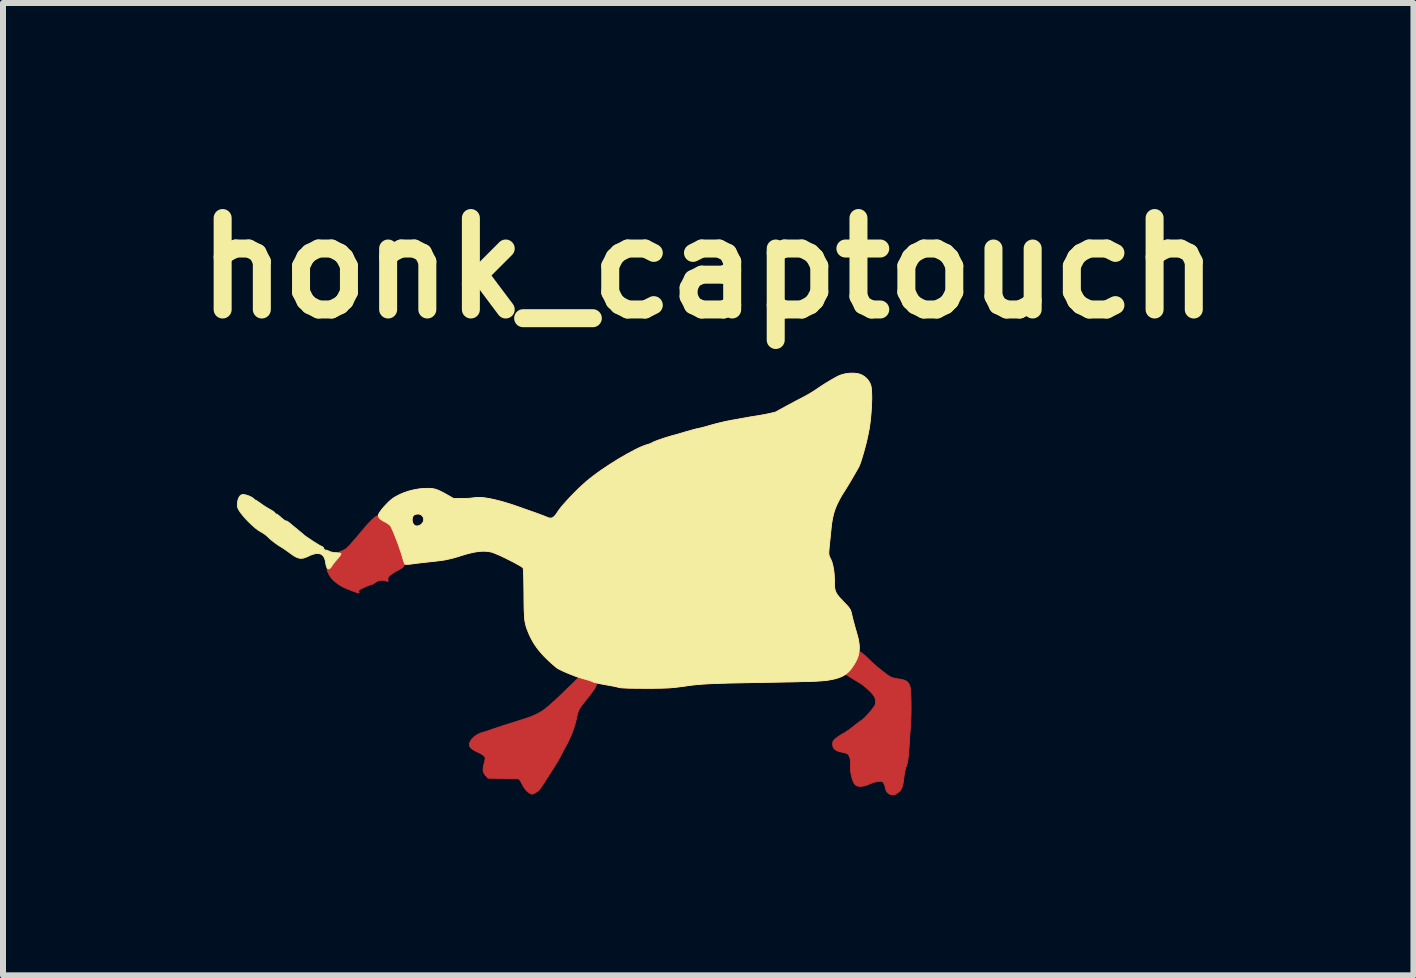
<source format=kicad_pcb>
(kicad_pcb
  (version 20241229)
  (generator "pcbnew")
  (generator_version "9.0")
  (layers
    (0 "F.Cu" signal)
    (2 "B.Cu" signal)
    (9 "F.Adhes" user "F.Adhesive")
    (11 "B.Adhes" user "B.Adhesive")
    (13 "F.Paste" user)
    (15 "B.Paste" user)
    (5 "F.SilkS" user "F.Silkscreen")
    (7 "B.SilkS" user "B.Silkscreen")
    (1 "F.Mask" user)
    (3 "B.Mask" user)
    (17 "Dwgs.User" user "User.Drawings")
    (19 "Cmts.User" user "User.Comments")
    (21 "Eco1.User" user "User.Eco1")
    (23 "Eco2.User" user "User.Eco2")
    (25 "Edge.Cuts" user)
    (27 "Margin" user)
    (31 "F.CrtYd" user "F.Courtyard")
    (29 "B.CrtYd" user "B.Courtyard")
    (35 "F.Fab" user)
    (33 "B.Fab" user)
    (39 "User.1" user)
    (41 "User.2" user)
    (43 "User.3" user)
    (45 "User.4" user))
  (footprint "honk_captouch"
    (layer "F.Cu")
    (at 8.752 6.668)
    (property "Reference" "honk_captouch" (at 0 -5.25 0) (layer "F.SilkS") (effects (font (size 1.524 1.524) (thickness 0.3))))
    (attr through_hole)
    (fp_poly (pts (xy -3.014 3.471) (xy -3.019 3.466) (xy -3.025 3.461) (xy -3.03 3.454) (xy -3.036 3.448) (xy -3.042 3.441) (xy -3.048 3.433) (xy -3.054 3.425) (xy -3.06 3.417) (xy -3.066 3.409) (xy -3.072 3.4) (xy -3.077 3.391) (xy -3.083 3.383) (xy -3.088 3.374) (xy -3.092 3.365) (xy -3.097 3.357) (xy -3.101 3.349) (xy -3.109 3.333) (xy -3.117 3.318) (xy -3.125 3.304) (xy -3.132 3.291) (xy -3.14 3.281) (xy -3.143 3.276) (xy -3.146 3.272) (xy -3.149 3.269) (xy -3.151 3.266) (xy -3.154 3.264) (xy -3.156 3.263) (xy -3.159 3.263) (xy -3.164 3.262) (xy -3.182 3.26) (xy -3.208 3.259) (xy -3.241 3.258) (xy -3.28 3.256) (xy -3.323 3.255) (xy -3.371 3.254) (xy -3.421 3.253) (xy -3.669 3.25) (xy -3.71 3.203) (xy -3.719 3.193) (xy -3.726 3.184) (xy -3.73 3.179) (xy -3.733 3.174) (xy -3.736 3.169) (xy -3.738 3.164) (xy -3.741 3.159) (xy -3.743 3.154) (xy -3.745 3.149) (xy -3.746 3.144) (xy -3.748 3.139) (xy -3.749 3.133) (xy -3.75 3.128) (xy -3.75 3.122) (xy -3.751 3.116) (xy -3.751 3.11) (xy -3.751 3.103) (xy -3.751 3.097) (xy -3.75 3.09) (xy -3.75 3.082) (xy -3.748 3.067) (xy -3.745 3.05) (xy -3.741 3.032) (xy -3.736 3.012) (xy -3.731 2.991) (xy -3.724 2.965) (xy -3.722 2.955) (xy -3.72 2.945) (xy -3.718 2.937) (xy -3.717 2.929) (xy -3.717 2.923) (xy -3.717 2.917) (xy -3.717 2.912) (xy -3.718 2.907) (xy -3.719 2.902) (xy -3.721 2.898) (xy -3.724 2.894) (xy -3.727 2.89) (xy -3.73 2.885) (xy -3.734 2.88) (xy -3.737 2.877) (xy -3.741 2.874) (xy -3.745 2.871) (xy -3.75 2.867) (xy -3.756 2.863) (xy -3.762 2.859) (xy -3.768 2.855) (xy -3.775 2.85) (xy -3.782 2.846) (xy -3.79 2.842) (xy -3.798 2.837) (xy -3.805 2.833) (xy -3.814 2.829) (xy -3.822 2.825) (xy -3.83 2.821) (xy -3.838 2.817) (xy -3.864 2.806) (xy -3.887 2.794) (xy -3.907 2.782) (xy -3.925 2.771) (xy -3.933 2.765) (xy -3.94 2.76) (xy -3.947 2.754) (xy -3.953 2.748) (xy -3.958 2.742) (xy -3.963 2.737) (xy -3.967 2.731) (xy -3.971 2.725) (xy -3.973 2.719) (xy -3.976 2.712) (xy -3.977 2.706) (xy -3.979 2.7) (xy -3.979 2.693) (xy -3.979 2.687) (xy -3.979 2.68) (xy -3.977 2.673) (xy -3.976 2.666) (xy -3.973 2.659) (xy -3.971 2.652) (xy -3.967 2.644) (xy -3.963 2.636) (xy -3.959 2.628) (xy -3.949 2.612) (xy -3.941 2.602) (xy -3.933 2.592) (xy -3.923 2.582) (xy -3.913 2.572) (xy -3.902 2.563) (xy -3.891 2.553) (xy -3.878 2.544) (xy -3.865 2.536) (xy -3.851 2.527) (xy -3.837 2.52) (xy -3.823 2.512) (xy -3.808 2.505) (xy -3.792 2.499) (xy -3.777 2.493) (xy -3.761 2.488) (xy -3.745 2.483) (xy -3.732 2.48) (xy -3.717 2.475) (xy -3.701 2.47) (xy -3.684 2.465) (xy -3.648 2.453) (xy -3.632 2.447) (xy -3.616 2.441) (xy -3.571 2.426) (xy -3.503 2.403) (xy -3.419 2.375) (xy -3.33 2.347) (xy -3.099 2.274) (xy -3.019 2.248) (xy -2.958 2.226) (xy -2.909 2.206) (xy -2.869 2.188) (xy -2.831 2.169) (xy -2.793 2.147) (xy -2.778 2.138) (xy -2.763 2.128) (xy -2.746 2.116) (xy -2.729 2.104) (xy -2.711 2.09) (xy -2.692 2.075) (xy -2.671 2.058) (xy -2.65 2.04) (xy -2.603 1.998) (xy -2.549 1.95) (xy -2.489 1.894) (xy -2.422 1.829) (xy -2.158 1.574) (xy -2.064 1.598) (xy -2.022 1.61) (xy -1.983 1.621) (xy -1.949 1.633) (xy -1.92 1.645) (xy -1.907 1.65) (xy -1.896 1.656) (xy -1.886 1.661) (xy -1.878 1.666) (xy -1.871 1.671) (xy -1.866 1.675) (xy -1.863 1.68) (xy -1.863 1.682) (xy -1.863 1.683) (xy -1.863 1.687) (xy -1.863 1.69) (xy -1.864 1.694) (xy -1.865 1.698) (xy -1.868 1.706) (xy -1.872 1.716) (xy -1.878 1.727) (xy -1.884 1.739) (xy -1.892 1.753) (xy -1.901 1.767) (xy -1.912 1.783) (xy -1.923 1.799) (xy -1.936 1.817) (xy -1.95 1.836) (xy -1.966 1.857) (xy -1.982 1.878) (xy -2 1.901) (xy -2.02 1.925) (xy -2.063 1.98) (xy -2.082 2.003) (xy -2.098 2.025) (xy -2.113 2.045) (xy -2.125 2.063) (xy -2.136 2.08) (xy -2.146 2.097) (xy -2.154 2.112) (xy -2.161 2.127) (xy -2.167 2.143) (xy -2.173 2.158) (xy -2.178 2.174) (xy -2.182 2.19) (xy -2.186 2.208) (xy -2.189 2.227) (xy -2.195 2.255) (xy -2.202 2.284) (xy -2.209 2.313) (xy -2.218 2.344) (xy -2.237 2.406) (xy -2.259 2.47) (xy -2.284 2.533) (xy -2.311 2.595) (xy -2.339 2.654) (xy -2.354 2.683) (xy -2.369 2.71) (xy -2.401 2.768) (xy -2.429 2.82) (xy -2.451 2.862) (xy -2.458 2.876) (xy -2.463 2.886) (xy -2.466 2.894) (xy -2.471 2.904) (xy -2.488 2.933) (xy -2.51 2.972) (xy -2.539 3.019) (xy -2.573 3.074) (xy -2.612 3.135) (xy -2.654 3.201) (xy -2.7 3.272) (xy -2.786 3.405) (xy -2.793 3.414) (xy -2.801 3.424) (xy -2.809 3.434) (xy -2.819 3.444) (xy -2.828 3.453) (xy -2.839 3.462) (xy -2.849 3.471) (xy -2.86 3.479) (xy -2.871 3.487) (xy -2.882 3.494) (xy -2.892 3.5) (xy -2.903 3.505) (xy -2.913 3.509) (xy -2.922 3.512) (xy -2.926 3.513) (xy -2.93 3.514) (xy -2.934 3.515) (xy -2.938 3.515) (xy -2.939 3.515) (xy -2.941 3.515) (xy -2.944 3.514) (xy -2.948 3.513) (xy -2.952 3.511) (xy -2.956 3.51) (xy -2.961 3.507) (xy -2.966 3.505) (xy -2.971 3.502) (xy -2.976 3.499) (xy -2.981 3.496) (xy -2.987 3.492) (xy -2.992 3.488) (xy -2.998 3.484) (xy -3.003 3.48) (xy -3.009 3.475) (xy -3.014 3.471) (xy -3.014 3.471)) (stroke (width 0.014) (type solid)) (fill yes) (layer "F.Cu"))
    (fp_poly (pts (xy -5.942 0.124) (xy -5.991 0.105) (xy -6.031 0.089) (xy -6.049 0.081) (xy -6.066 0.074) (xy -6.081 0.066) (xy -6.096 0.059) (xy -6.111 0.051) (xy -6.124 0.042) (xy -6.138 0.034) (xy -6.152 0.025) (xy -6.18 0.004) (xy -6.212 -0.02) (xy -6.224 -0.03) (xy -6.236 -0.041) (xy -6.248 -0.052) (xy -6.259 -0.063) (xy -6.269 -0.074) (xy -6.279 -0.085) (xy -6.288 -0.097) (xy -6.297 -0.109) (xy -6.305 -0.122) (xy -6.313 -0.134) (xy -6.32 -0.147) (xy -6.327 -0.161) (xy -6.333 -0.174) (xy -6.339 -0.188) (xy -6.344 -0.202) (xy -6.349 -0.217) (xy -6.35 -0.221) (xy -6.352 -0.225) (xy -6.352 -0.229) (xy -6.353 -0.232) (xy -6.353 -0.233) (xy -6.353 -0.235) (xy -6.353 -0.236) (xy -6.353 -0.237) (xy -6.353 -0.238) (xy -6.352 -0.239) (xy -6.352 -0.24) (xy -6.352 -0.24) (xy -6.351 -0.241) (xy -6.35 -0.241) (xy -6.35 -0.242) (xy -6.349 -0.242) (xy -6.348 -0.243) (xy -6.347 -0.243) (xy -6.346 -0.243) (xy -6.345 -0.243) (xy -6.343 -0.243) (xy -6.342 -0.243) (xy -6.339 -0.242) (xy -6.335 -0.241) (xy -6.331 -0.24) (xy -6.329 -0.24) (xy -6.328 -0.24) (xy -6.326 -0.239) (xy -6.324 -0.239) (xy -6.322 -0.239) (xy -6.32 -0.239) (xy -6.319 -0.24) (xy -6.317 -0.24) (xy -6.315 -0.24) (xy -6.313 -0.241) (xy -6.312 -0.242) (xy -6.31 -0.243) (xy -6.308 -0.244) (xy -6.306 -0.245) (xy -6.304 -0.246) (xy -6.303 -0.247) (xy -6.301 -0.249) (xy -6.299 -0.25) (xy -6.297 -0.252) (xy -6.295 -0.254) (xy -6.293 -0.256) (xy -6.291 -0.258) (xy -6.288 -0.263) (xy -6.284 -0.268) (xy -6.279 -0.274) (xy -6.275 -0.281) (xy -6.27 -0.288) (xy -6.262 -0.301) (xy -6.252 -0.315) (xy -6.241 -0.331) (xy -6.228 -0.347) (xy -6.214 -0.364) (xy -6.2 -0.381) (xy -6.186 -0.397) (xy -6.172 -0.412) (xy -6.153 -0.434) (xy -6.145 -0.443) (xy -6.138 -0.45) (xy -6.132 -0.457) (xy -6.128 -0.464) (xy -6.124 -0.469) (xy -6.123 -0.471) (xy -6.122 -0.474) (xy -6.121 -0.476) (xy -6.12 -0.478) (xy -6.12 -0.48) (xy -6.12 -0.482) (xy -6.12 -0.483) (xy -6.12 -0.485) (xy -6.12 -0.487) (xy -6.121 -0.488) (xy -6.122 -0.49) (xy -6.123 -0.491) (xy -6.125 -0.494) (xy -6.128 -0.497) (xy -6.132 -0.5) (xy -6.134 -0.501) (xy -6.136 -0.503) (xy -6.138 -0.504) (xy -6.139 -0.506) (xy -6.141 -0.507) (xy -6.142 -0.508) (xy -6.143 -0.509) (xy -6.144 -0.51) (xy -6.144 -0.511) (xy -6.144 -0.512) (xy -6.145 -0.513) (xy -6.145 -0.513) (xy -6.145 -0.514) (xy -6.145 -0.514) (xy -6.145 -0.515) (xy -6.145 -0.515) (xy -6.144 -0.516) (xy -6.144 -0.516) (xy -6.144 -0.517) (xy -6.144 -0.518) (xy -6.143 -0.518) (xy -6.142 -0.519) (xy -6.141 -0.52) (xy -6.14 -0.521) (xy -6.138 -0.523) (xy -6.136 -0.524) (xy -6.134 -0.525) (xy -6.131 -0.526) (xy -6.129 -0.528) (xy -6.126 -0.529) (xy -6.123 -0.531) (xy -6.119 -0.532) (xy -6.111 -0.535) (xy -6.102 -0.539) (xy -6.092 -0.543) (xy -6.08 -0.548) (xy -6.074 -0.55) (xy -6.069 -0.553) (xy -6.064 -0.555) (xy -6.058 -0.558) (xy -6.053 -0.562) (xy -6.047 -0.565) (xy -6.041 -0.569) (xy -6.035 -0.574) (xy -6.029 -0.58) (xy -6.022 -0.586) (xy -6.014 -0.592) (xy -6.006 -0.6) (xy -5.998 -0.609) (xy -5.989 -0.618) (xy -5.979 -0.629) (xy -5.968 -0.64) (xy -5.944 -0.667) (xy -5.915 -0.7) (xy -5.882 -0.738) (xy -5.844 -0.782) (xy -5.801 -0.834) (xy -5.694 -0.96) (xy -5.677 -0.979) (xy -5.661 -0.997) (xy -5.644 -1.015) (xy -5.628 -1.032) (xy -5.612 -1.048) (xy -5.596 -1.062) (xy -5.581 -1.076) (xy -5.567 -1.088) (xy -5.554 -1.098) (xy -5.542 -1.107) (xy -5.531 -1.114) (xy -5.521 -1.119) (xy -5.514 -1.123) (xy -5.51 -1.123) (xy -5.507 -1.124) (xy -5.505 -1.123) (xy -5.503 -1.123) (xy -5.501 -1.121) (xy -5.5 -1.119) (xy -5.499 -1.116) (xy -5.498 -1.113) (xy -5.497 -1.11) (xy -5.495 -1.107) (xy -5.493 -1.104) (xy -5.492 -1.1) (xy -5.487 -1.094) (xy -5.483 -1.088) (xy -5.477 -1.082) (xy -5.471 -1.076) (xy -5.465 -1.07) (xy -5.457 -1.064) (xy -5.45 -1.058) (xy -5.441 -1.052) (xy -5.433 -1.046) (xy -5.423 -1.04) (xy -5.413 -1.034) (xy -5.403 -1.029) (xy -5.392 -1.023) (xy -5.385 -1.02) (xy -5.379 -1.017) (xy -5.366 -1.009) (xy -5.353 -1.001) (xy -5.34 -0.992) (xy -5.327 -0.984) (xy -5.316 -0.975) (xy -5.311 -0.971) (xy -5.307 -0.967) (xy -5.303 -0.963) (xy -5.299 -0.959) (xy -5.292 -0.95) (xy -5.283 -0.933) (xy -5.272 -0.911) (xy -5.259 -0.883) (xy -5.231 -0.815) (xy -5.199 -0.734) (xy -5.166 -0.646) (xy -5.135 -0.556) (xy -5.106 -0.47) (xy -5.083 -0.393) (xy -5.077 -0.374) (xy -5.073 -0.357) (xy -5.07 -0.342) (xy -5.068 -0.335) (xy -5.067 -0.328) (xy -5.067 -0.322) (xy -5.066 -0.316) (xy -5.066 -0.311) (xy -5.067 -0.305) (xy -5.068 -0.3) (xy -5.069 -0.295) (xy -5.07 -0.291) (xy -5.072 -0.286) (xy -5.075 -0.282) (xy -5.078 -0.278) (xy -5.081 -0.274) (xy -5.085 -0.27) (xy -5.089 -0.266) (xy -5.094 -0.262) (xy -5.099 -0.258) (xy -5.105 -0.253) (xy -5.118 -0.245) (xy -5.134 -0.235) (xy -5.152 -0.225) (xy -5.173 -0.214) (xy -5.197 -0.201) (xy -5.218 -0.189) (xy -5.238 -0.177) (xy -5.255 -0.166) (xy -5.271 -0.156) (xy -5.285 -0.146) (xy -5.297 -0.137) (xy -5.307 -0.128) (xy -5.316 -0.119) (xy -5.323 -0.111) (xy -5.329 -0.103) (xy -5.333 -0.095) (xy -5.336 -0.087) (xy -5.338 -0.079) (xy -5.339 -0.071) (xy -5.338 -0.063) (xy -5.337 -0.056) (xy -5.336 -0.051) (xy -5.336 -0.046) (xy -5.336 -0.042) (xy -5.336 -0.04) (xy -5.336 -0.038) (xy -5.336 -0.037) (xy -5.336 -0.036) (xy -5.337 -0.034) (xy -5.337 -0.033) (xy -5.338 -0.032) (xy -5.338 -0.032) (xy -5.339 -0.031) (xy -5.34 -0.031) (xy -5.341 -0.03) (xy -5.342 -0.03) (xy -5.343 -0.03) (xy -5.345 -0.03) (xy -5.346 -0.03) (xy -5.348 -0.031) (xy -5.352 -0.032) (xy -5.356 -0.033) (xy -5.361 -0.035) (xy -5.366 -0.037) (xy -5.377 -0.04) (xy -5.389 -0.044) (xy -5.4 -0.046) (xy -5.411 -0.048) (xy -5.423 -0.049) (xy -5.434 -0.049) (xy -5.446 -0.049) (xy -5.457 -0.048) (xy -5.469 -0.046) (xy -5.48 -0.043) (xy -5.491 -0.04) (xy -5.502 -0.036) (xy -5.513 -0.032) (xy -5.524 -0.026) (xy -5.534 -0.02) (xy -5.545 -0.014) (xy -5.555 -0.007) (xy -5.566 0.000107) (xy -5.576 0.006) (xy -5.585 0.011) (xy -5.593 0.016) (xy -5.599 0.019) (xy -5.602 0.02) (xy -5.605 0.021) (xy -5.606 0.022) (xy -5.608 0.022) (xy -5.614 0.023) (xy -5.623 0.025) (xy -5.635 0.029) (xy -5.649 0.034) (xy -5.682 0.047) (xy -5.718 0.062) (xy -5.753 0.078) (xy -5.784 0.093) (xy -5.796 0.099) (xy -5.806 0.105) (xy -5.813 0.11) (xy -5.817 0.113) (xy -5.818 0.115) (xy -5.819 0.117) (xy -5.82 0.119) (xy -5.821 0.121) (xy -5.821 0.123) (xy -5.822 0.125) (xy -5.822 0.128) (xy -5.823 0.13) (xy -5.823 0.132) (xy -5.823 0.135) (xy -5.823 0.137) (xy -5.823 0.139) (xy -5.822 0.141) (xy -5.822 0.143) (xy -5.822 0.145) (xy -5.821 0.147) (xy -5.82 0.149) (xy -5.82 0.151) (xy -5.819 0.153) (xy -5.819 0.155) (xy -5.818 0.157) (xy -5.818 0.158) (xy -5.818 0.159) (xy -5.818 0.159) (xy -5.819 0.16) (xy -5.819 0.16) (xy -5.819 0.161) (xy -5.819 0.161) (xy -5.82 0.161) (xy -5.82 0.162) (xy -5.821 0.162) (xy -5.821 0.162) (xy -5.822 0.162) (xy -5.823 0.163) (xy -5.824 0.163) (xy -5.825 0.163) (xy -5.827 0.163) (xy -5.829 0.162) (xy -5.832 0.162) (xy -5.835 0.161) (xy -5.839 0.16) (xy -5.843 0.159) (xy -5.847 0.158) (xy -5.852 0.156) (xy -5.857 0.155) (xy -5.863 0.153) (xy -5.87 0.15) (xy -5.884 0.145) (xy -5.901 0.139) (xy -5.92 0.132) (xy -5.942 0.124) (xy -5.942 0.124) (xy -5.942 0.124) (xy -5.942 0.124) (xy -5.942 0.124) (xy -5.942 0.124) (xy -5.942 0.124) (xy -5.942 0.124) (xy -5.942 0.124)) (stroke (width 0.014) (type solid)) (fill yes) (layer "F.Cu"))
    (fp_poly (pts (xy 3 3.5) (xy 2.996 3.496) (xy 2.992 3.493) (xy 2.988 3.489) (xy 2.984 3.484) (xy 2.98 3.48) (xy 2.977 3.475) (xy 2.973 3.47) (xy 2.97 3.464) (xy 2.967 3.459) (xy 2.965 3.453) (xy 2.962 3.448) (xy 2.96 3.442) (xy 2.958 3.436) (xy 2.956 3.43) (xy 2.955 3.424) (xy 2.954 3.418) (xy 2.952 3.412) (xy 2.951 3.406) (xy 2.948 3.394) (xy 2.945 3.382) (xy 2.941 3.37) (xy 2.936 3.359) (xy 2.932 3.348) (xy 2.93 3.343) (xy 2.927 3.339) (xy 2.925 3.334) (xy 2.923 3.331) (xy 2.92 3.325) (xy 2.918 3.323) (xy 2.916 3.321) (xy 2.915 3.319) (xy 2.913 3.317) (xy 2.911 3.315) (xy 2.909 3.313) (xy 2.908 3.312) (xy 2.906 3.31) (xy 2.904 3.309) (xy 2.902 3.308) (xy 2.9 3.306) (xy 2.898 3.305) (xy 2.896 3.305) (xy 2.894 3.304) (xy 2.891 3.303) (xy 2.889 3.303) (xy 2.886 3.302) (xy 2.883 3.302) (xy 2.88 3.301) (xy 2.877 3.301) (xy 2.874 3.301) (xy 2.87 3.301) (xy 2.867 3.301) (xy 2.863 3.301) (xy 2.854 3.302) (xy 2.845 3.302) (xy 2.834 3.303) (xy 2.827 3.304) (xy 2.819 3.305) (xy 2.811 3.307) (xy 2.802 3.309) (xy 2.783 3.313) (xy 2.762 3.319) (xy 2.742 3.326) (xy 2.721 3.333) (xy 2.702 3.34) (xy 2.693 3.344) (xy 2.684 3.348) (xy 2.665 3.356) (xy 2.646 3.363) (xy 2.628 3.37) (xy 2.61 3.375) (xy 2.593 3.379) (xy 2.576 3.382) (xy 2.56 3.384) (xy 2.545 3.385) (xy 2.53 3.386) (xy 2.516 3.385) (xy 2.503 3.383) (xy 2.49 3.38) (xy 2.479 3.376) (xy 2.468 3.371) (xy 2.458 3.365) (xy 2.45 3.357) (xy 2.445 3.353) (xy 2.441 3.348) (xy 2.432 3.335) (xy 2.424 3.32) (xy 2.416 3.303) (xy 2.408 3.284) (xy 2.401 3.264) (xy 2.395 3.242) (xy 2.389 3.219) (xy 2.384 3.195) (xy 2.379 3.171) (xy 2.375 3.147) (xy 2.372 3.122) (xy 2.371 3.098) (xy 2.37 3.075) (xy 2.37 3.053) (xy 2.371 3.032) (xy 2.372 3.016) (xy 2.373 3) (xy 2.373 2.985) (xy 2.372 2.969) (xy 2.37 2.954) (xy 2.368 2.94) (xy 2.365 2.926) (xy 2.361 2.913) (xy 2.357 2.9) (xy 2.353 2.889) (xy 2.348 2.878) (xy 2.343 2.868) (xy 2.337 2.86) (xy 2.33 2.852) (xy 2.324 2.846) (xy 2.32 2.844) (xy 2.317 2.842) (xy 2.314 2.84) (xy 2.31 2.839) (xy 2.305 2.837) (xy 2.3 2.835) (xy 2.289 2.831) (xy 2.276 2.827) (xy 2.261 2.823) (xy 2.246 2.82) (xy 2.23 2.816) (xy 2.215 2.813) (xy 2.197 2.809) (xy 2.181 2.805) (xy 2.166 2.8) (xy 2.152 2.795) (xy 2.139 2.789) (xy 2.128 2.783) (xy 2.123 2.779) (xy 2.118 2.775) (xy 2.113 2.772) (xy 2.108 2.768) (xy 2.104 2.764) (xy 2.1 2.76) (xy 2.097 2.755) (xy 2.093 2.751) (xy 2.09 2.746) (xy 2.087 2.741) (xy 2.085 2.736) (xy 2.083 2.731) (xy 2.081 2.725) (xy 2.079 2.72) (xy 2.077 2.714) (xy 2.076 2.708) (xy 2.075 2.702) (xy 2.075 2.696) (xy 2.074 2.683) (xy 2.074 2.675) (xy 2.075 2.668) (xy 2.075 2.661) (xy 2.076 2.654) (xy 2.078 2.648) (xy 2.079 2.643) (xy 2.08 2.64) (xy 2.081 2.637) (xy 2.083 2.634) (xy 2.084 2.632) (xy 2.087 2.626) (xy 2.091 2.621) (xy 2.095 2.616) (xy 2.1 2.611) (xy 2.105 2.605) (xy 2.111 2.599) (xy 2.118 2.593) (xy 2.126 2.587) (xy 2.138 2.578) (xy 2.152 2.567) (xy 2.167 2.556) (xy 2.184 2.545) (xy 2.201 2.534) (xy 2.218 2.524) (xy 2.235 2.514) (xy 2.251 2.505) (xy 2.268 2.496) (xy 2.287 2.484) (xy 2.307 2.47) (xy 2.329 2.456) (xy 2.351 2.44) (xy 2.373 2.424) (xy 2.394 2.408) (xy 2.413 2.393) (xy 2.432 2.377) (xy 2.452 2.362) (xy 2.471 2.347) (xy 2.49 2.333) (xy 2.507 2.319) (xy 2.524 2.308) (xy 2.537 2.298) (xy 2.549 2.291) (xy 2.561 2.282) (xy 2.576 2.27) (xy 2.592 2.256) (xy 2.61 2.239) (xy 2.628 2.221) (xy 2.647 2.201) (xy 2.666 2.18) (xy 2.685 2.158) (xy 2.703 2.137) (xy 2.721 2.116) (xy 2.737 2.095) (xy 2.751 2.076) (xy 2.763 2.059) (xy 2.773 2.043) (xy 2.78 2.03) (xy 2.782 2.024) (xy 2.784 2.019) (xy 2.787 2.005) (xy 2.789 1.99) (xy 2.79 1.983) (xy 2.79 1.976) (xy 2.79 1.969) (xy 2.79 1.963) (xy 2.789 1.956) (xy 2.789 1.949) (xy 2.787 1.942) (xy 2.786 1.936) (xy 2.784 1.929) (xy 2.782 1.922) (xy 2.779 1.915) (xy 2.777 1.909) (xy 2.774 1.902) (xy 2.77 1.895) (xy 2.762 1.881) (xy 2.753 1.867) (xy 2.742 1.853) (xy 2.73 1.838) (xy 2.716 1.822) (xy 2.701 1.806) (xy 2.684 1.79) (xy 2.665 1.772) (xy 2.644 1.754) (xy 2.623 1.736) (xy 2.603 1.719) (xy 2.583 1.703) (xy 2.564 1.689) (xy 2.548 1.677) (xy 2.54 1.672) (xy 2.534 1.668) (xy 2.503 1.65) (xy 2.466 1.627) (xy 2.425 1.602) (xy 2.386 1.578) (xy 2.3 1.523) (xy 2.336 1.485) (xy 2.347 1.472) (xy 2.359 1.457) (xy 2.372 1.441) (xy 2.385 1.424) (xy 2.397 1.405) (xy 2.41 1.386) (xy 2.423 1.366) (xy 2.435 1.347) (xy 2.447 1.326) (xy 2.458 1.307) (xy 2.468 1.287) (xy 2.477 1.268) (xy 2.486 1.251) (xy 2.493 1.234) (xy 2.499 1.218) (xy 2.503 1.204) (xy 2.522 1.139) (xy 2.566 1.17) (xy 2.571 1.173) (xy 2.577 1.178) (xy 2.59 1.189) (xy 2.606 1.202) (xy 2.623 1.217) (xy 2.641 1.234) (xy 2.66 1.251) (xy 2.679 1.27) (xy 2.697 1.288) (xy 2.713 1.304) (xy 2.732 1.322) (xy 2.776 1.361) (xy 2.825 1.403) (xy 2.877 1.445) (xy 2.927 1.485) (xy 2.974 1.52) (xy 3.014 1.548) (xy 3.031 1.558) (xy 3.045 1.566) (xy 3.048 1.568) (xy 3.053 1.57) (xy 3.058 1.572) (xy 3.064 1.574) (xy 3.079 1.578) (xy 3.096 1.582) (xy 3.115 1.586) (xy 3.136 1.59) (xy 3.157 1.594) (xy 3.178 1.597) (xy 3.2 1.6) (xy 3.22 1.604) (xy 3.238 1.608) (xy 3.255 1.613) (xy 3.27 1.618) (xy 3.284 1.624) (xy 3.296 1.63) (xy 3.308 1.638) (xy 3.313 1.641) (xy 3.318 1.646) (xy 3.322 1.65) (xy 3.327 1.654) (xy 3.331 1.659) (xy 3.335 1.664) (xy 3.342 1.675) (xy 3.348 1.687) (xy 3.354 1.7) (xy 3.359 1.714) (xy 3.364 1.73) (xy 3.367 1.745) (xy 3.37 1.768) (xy 3.374 1.83) (xy 3.378 1.909) (xy 3.38 2) (xy 3.38 2.097) (xy 3.379 2.194) (xy 3.376 2.284) (xy 3.372 2.363) (xy 3.36 2.525) (xy 3.347 2.735) (xy 3.342 2.798) (xy 3.338 2.852) (xy 3.333 2.899) (xy 3.328 2.938) (xy 3.323 2.971) (xy 3.318 2.999) (xy 3.311 3.021) (xy 3.304 3.04) (xy 3.301 3.047) (xy 3.298 3.056) (xy 3.295 3.065) (xy 3.292 3.075) (xy 3.286 3.098) (xy 3.28 3.123) (xy 3.275 3.15) (xy 3.27 3.178) (xy 3.265 3.206) (xy 3.261 3.234) (xy 3.254 3.289) (xy 3.251 3.313) (xy 3.247 3.334) (xy 3.243 3.353) (xy 3.239 3.371) (xy 3.235 3.387) (xy 3.23 3.401) (xy 3.225 3.414) (xy 3.219 3.426) (xy 3.212 3.437) (xy 3.205 3.447) (xy 3.197 3.457) (xy 3.188 3.467) (xy 3.178 3.476) (xy 3.167 3.486) (xy 3.156 3.495) (xy 3.145 3.503) (xy 3.135 3.51) (xy 3.129 3.513) (xy 3.124 3.516) (xy 3.119 3.518) (xy 3.113 3.52) (xy 3.108 3.522) (xy 3.103 3.524) (xy 3.098 3.525) (xy 3.092 3.526) (xy 3.087 3.527) (xy 3.082 3.528) (xy 3.077 3.528) (xy 3.071 3.528) (xy 3.066 3.528) (xy 3.061 3.527) (xy 3.056 3.527) (xy 3.051 3.526) (xy 3.045 3.524) (xy 3.04 3.523) (xy 3.035 3.521) (xy 3.03 3.519) (xy 3.025 3.516) (xy 3.02 3.513) (xy 3.015 3.51) (xy 3.01 3.507) (xy 3.005 3.504) (xy 3 3.5) (xy 3 3.5) (xy 3 3.5) (xy 3 3.5) (xy 3 3.5) (xy 3 3.5) (xy 3 3.5) (xy 3 3.5) (xy 3 3.5) (xy 3 3.5) (xy 3 3.5) (xy 3 3.5)) (stroke (width 0.014) (type solid)) (fill yes) (layer "F.Cu"))
    (fp_poly (pts (xy -1.483 1.739) (xy -1.493 1.736) (xy -1.506 1.732) (xy -1.521 1.729) (xy -1.537 1.725) (xy -1.554 1.722) (xy -1.571 1.718) (xy -1.588 1.714) (xy -1.605 1.711) (xy -1.755 1.684) (xy -1.808 1.674) (xy -1.85 1.665) (xy -1.881 1.658) (xy -1.905 1.651) (xy -1.922 1.645) (xy -1.935 1.639) (xy -1.939 1.637) (xy -1.944 1.635) (xy -1.956 1.63) (xy -1.972 1.625) (xy -1.989 1.619) (xy -2.009 1.613) (xy -2.029 1.607) (xy -2.051 1.601) (xy -2.072 1.595) (xy -2.118 1.582) (xy -2.173 1.564) (xy -2.234 1.542) (xy -2.297 1.517) (xy -2.359 1.492) (xy -2.417 1.466) (xy -2.467 1.442) (xy -2.489 1.431) (xy -2.507 1.421) (xy -2.513 1.418) (xy -2.52 1.413) (xy -2.528 1.406) (xy -2.537 1.399) (xy -2.559 1.381) (xy -2.583 1.36) (xy -2.61 1.336) (xy -2.639 1.31) (xy -2.668 1.283) (xy -2.697 1.255) (xy -2.724 1.228) (xy -2.749 1.202) (xy -2.773 1.175) (xy -2.796 1.149) (xy -2.818 1.123) (xy -2.839 1.097) (xy -2.859 1.07) (xy -2.877 1.044) (xy -2.895 1.017) (xy -2.913 0.989) (xy -2.929 0.961) (xy -2.944 0.933) (xy -2.959 0.904) (xy -2.974 0.874) (xy -2.987 0.844) (xy -3 0.812) (xy -3.011 0.785) (xy -3.021 0.759) (xy -3.03 0.734) (xy -3.037 0.709) (xy -3.043 0.684) (xy -3.049 0.658) (xy -3.054 0.63) (xy -3.058 0.599) (xy -3.061 0.565) (xy -3.063 0.527) (xy -3.065 0.485) (xy -3.067 0.437) (xy -3.068 0.383) (xy -3.069 0.323) (xy -3.07 0.179) (xy -3.072 0.019) (xy -3.075 -0.116) (xy -3.079 -0.211) (xy -3.082 -0.239) (xy -3.084 -0.253) (xy -3.087 -0.256) (xy -3.091 -0.26) (xy -3.106 -0.272) (xy -3.128 -0.286) (xy -3.156 -0.302) (xy -3.226 -0.341) (xy -3.308 -0.383) (xy -3.394 -0.426) (xy -3.477 -0.465) (xy -3.549 -0.495) (xy -3.578 -0.507) (xy -3.602 -0.515) (xy -3.625 -0.521) (xy -3.648 -0.525) (xy -3.673 -0.529) (xy -3.698 -0.531) (xy -3.725 -0.533) (xy -3.752 -0.533) (xy -3.78 -0.532) (xy -3.809 -0.53) (xy -3.84 -0.526) (xy -3.871 -0.522) (xy -3.903 -0.516) (xy -3.937 -0.509) (xy -3.971 -0.501) (xy -4.007 -0.492) (xy -4.045 -0.481) (xy -4.083 -0.47) (xy -4.166 -0.444) (xy -4.237 -0.423) (xy -4.301 -0.407) (xy -4.332 -0.4) (xy -4.363 -0.393) (xy -4.395 -0.387) (xy -4.428 -0.382) (xy -4.501 -0.372) (xy -4.586 -0.362) (xy -4.69 -0.351) (xy -4.754 -0.344) (xy -4.822 -0.336) (xy -4.887 -0.328) (xy -4.939 -0.321) (xy -4.961 -0.318) (xy -4.981 -0.316) (xy -5 -0.315) (xy -5.017 -0.314) (xy -5.032 -0.314) (xy -5.043 -0.314) (xy -5.048 -0.315) (xy -5.052 -0.316) (xy -5.054 -0.316) (xy -5.056 -0.317) (xy -4.775 -0.987) (xy -4.767 -0.995) (xy -4.761 -1.003) (xy -4.755 -1.012) (xy -4.75 -1.021) (xy -4.747 -1.03) (xy -4.744 -1.038) (xy -4.742 -1.047) (xy -4.741 -1.056) (xy -4.741 -1.064) (xy -4.742 -1.073) (xy -4.743 -1.081) (xy -4.746 -1.089) (xy -4.749 -1.097) (xy -4.752 -1.104) (xy -4.756 -1.111) (xy -4.761 -1.118) (xy -4.767 -1.124) (xy -4.773 -1.129) (xy -4.779 -1.135) (xy -4.786 -1.139) (xy -4.794 -1.143) (xy -4.802 -1.147) (xy -4.81 -1.15) (xy -4.819 -1.152) (xy -4.828 -1.153) (xy -4.837 -1.153) (xy -4.847 -1.153) (xy -4.856 -1.152) (xy -4.866 -1.15) (xy -4.876 -1.147) (xy -4.887 -1.143) (xy -4.897 -1.138) (xy -4.902 -1.135) (xy -4.906 -1.132) (xy -4.91 -1.128) (xy -4.914 -1.124) (xy -4.917 -1.119) (xy -4.921 -1.114) (xy -4.923 -1.109) (xy -4.926 -1.104) (xy -4.928 -1.098) (xy -4.93 -1.092) (xy -4.931 -1.086) (xy -4.932 -1.079) (xy -4.933 -1.073) (xy -4.934 -1.066) (xy -4.934 -1.06) (xy -4.934 -1.053) (xy -4.934 -1.046) (xy -4.933 -1.04) (xy -4.932 -1.033) (xy -4.931 -1.026) (xy -4.929 -1.02) (xy -4.927 -1.013) (xy -4.925 -1.007) (xy -4.923 -1.001) (xy -4.92 -0.995) (xy -4.917 -0.99) (xy -4.913 -0.984) (xy -4.909 -0.979) (xy -4.905 -0.974) (xy -4.901 -0.97) (xy -4.897 -0.966) (xy -4.892 -0.962) (xy -4.889 -0.961) (xy -4.886 -0.959) (xy -4.882 -0.957) (xy -4.879 -0.956) (xy -4.876 -0.955) (xy -4.872 -0.954) (xy -4.869 -0.953) (xy -4.865 -0.953) (xy -4.861 -0.952) (xy -4.858 -0.952) (xy -4.854 -0.952) (xy -4.85 -0.952) (xy -4.842 -0.952) (xy -4.835 -0.954) (xy -4.827 -0.956) (xy -4.819 -0.958) (xy -4.811 -0.962) (xy -4.803 -0.965) (xy -4.796 -0.97) (xy -4.789 -0.975) (xy -4.782 -0.98) (xy -4.778 -0.983) (xy -4.775 -0.987) (xy -4.775 -0.987) (xy -5.056 -0.317) (xy -5.057 -0.319) (xy -5.058 -0.321) (xy -5.06 -0.324) (xy -5.062 -0.328) (xy -5.063 -0.332) (xy -5.065 -0.337) (xy -5.07 -0.349) (xy -5.074 -0.362) (xy -5.079 -0.376) (xy -5.083 -0.391) (xy -5.088 -0.407) (xy -5.108 -0.476) (xy -5.135 -0.557) (xy -5.165 -0.645) (xy -5.198 -0.732) (xy -5.23 -0.813) (xy -5.259 -0.882) (xy -5.283 -0.933) (xy -5.292 -0.949) (xy -5.299 -0.959) (xy -5.303 -0.963) (xy -5.307 -0.967) (xy -5.311 -0.971) (xy -5.316 -0.975) (xy -5.322 -0.979) (xy -5.327 -0.984) (xy -5.333 -0.988) (xy -5.34 -0.992) (xy -5.346 -0.997) (xy -5.353 -1.001) (xy -5.359 -1.005) (xy -5.366 -1.009) (xy -5.372 -1.013) (xy -5.379 -1.017) (xy -5.385 -1.02) (xy -5.392 -1.023) (xy -5.406 -1.03) (xy -5.419 -1.038) (xy -5.432 -1.045) (xy -5.443 -1.052) (xy -5.453 -1.059) (xy -5.462 -1.067) (xy -5.47 -1.074) (xy -5.477 -1.081) (xy -5.482 -1.088) (xy -5.485 -1.092) (xy -5.487 -1.096) (xy -5.489 -1.099) (xy -5.491 -1.103) (xy -5.492 -1.107) (xy -5.493 -1.11) (xy -5.494 -1.114) (xy -5.495 -1.118) (xy -5.495 -1.121) (xy -5.496 -1.125) (xy -5.495 -1.129) (xy -5.495 -1.133) (xy -5.495 -1.137) (xy -5.494 -1.141) (xy -5.492 -1.146) (xy -5.49 -1.152) (xy -5.483 -1.165) (xy -5.474 -1.18) (xy -5.462 -1.197) (xy -5.449 -1.215) (xy -5.434 -1.235) (xy -5.417 -1.255) (xy -5.4 -1.275) (xy -5.381 -1.295) (xy -5.362 -1.315) (xy -5.343 -1.335) (xy -5.324 -1.354) (xy -5.305 -1.371) (xy -5.286 -1.387) (xy -5.268 -1.401) (xy -5.252 -1.414) (xy -5.226 -1.431) (xy -5.198 -1.447) (xy -5.169 -1.462) (xy -5.139 -1.477) (xy -5.108 -1.491) (xy -5.076 -1.504) (xy -5.042 -1.516) (xy -5.009 -1.528) (xy -4.974 -1.538) (xy -4.939 -1.547) (xy -4.904 -1.555) (xy -4.868 -1.562) (xy -4.832 -1.568) (xy -4.796 -1.573) (xy -4.761 -1.576) (xy -4.726 -1.578) (xy -4.699 -1.579) (xy -4.674 -1.58) (xy -4.651 -1.579) (xy -4.629 -1.578) (xy -4.609 -1.577) (xy -4.589 -1.574) (xy -4.569 -1.57) (xy -4.55 -1.566) (xy -4.531 -1.56) (xy -4.511 -1.553) (xy -4.49 -1.544) (xy -4.469 -1.534) (xy -4.446 -1.523) (xy -4.421 -1.51) (xy -4.395 -1.496) (xy -4.366 -1.48) (xy -4.243 -1.41) (xy -4.101 -1.41) (xy -4.071 -1.41) (xy -4.041 -1.411) (xy -4.011 -1.413) (xy -3.982 -1.414) (xy -3.955 -1.416) (xy -3.931 -1.419) (xy -3.911 -1.421) (xy -3.895 -1.424) (xy -3.872 -1.427) (xy -3.845 -1.429) (xy -3.816 -1.429) (xy -3.783 -1.427) (xy -3.747 -1.424) (xy -3.708 -1.419) (xy -3.666 -1.412) (xy -3.622 -1.404) (xy -3.576 -1.394) (xy -3.528 -1.383) (xy -3.477 -1.37) (xy -3.425 -1.356) (xy -3.371 -1.34) (xy -3.316 -1.323) (xy -3.259 -1.305) (xy -3.201 -1.285) (xy -3.011 -1.218) (xy -2.86 -1.165) (xy -2.753 -1.125) (xy -2.69 -1.1) (xy -2.676 -1.094) (xy -2.669 -1.091) (xy -2.662 -1.089) (xy -2.656 -1.087) (xy -2.649 -1.086) (xy -2.643 -1.085) (xy -2.637 -1.084) (xy -2.632 -1.083) (xy -2.626 -1.083) (xy -2.621 -1.084) (xy -2.615 -1.084) (xy -2.61 -1.085) (xy -2.605 -1.087) (xy -2.6 -1.089) (xy -2.595 -1.091) (xy -2.589 -1.094) (xy -2.584 -1.097) (xy -2.579 -1.1) (xy -2.574 -1.104) (xy -2.569 -1.109) (xy -2.564 -1.114) (xy -2.559 -1.119) (xy -2.553 -1.125) (xy -2.548 -1.131) (xy -2.542 -1.138) (xy -2.531 -1.153) (xy -2.519 -1.171) (xy -2.506 -1.19) (xy -2.491 -1.213) (xy -2.472 -1.238) (xy -2.449 -1.267) (xy -2.424 -1.297) (xy -2.366 -1.363) (xy -2.301 -1.433) (xy -2.231 -1.505) (xy -2.159 -1.576) (xy -2.088 -1.643) (xy -2.053 -1.674) (xy -2.02 -1.703) (xy -1.966 -1.747) (xy -1.906 -1.793) (xy -1.843 -1.84) (xy -1.775 -1.888) (xy -1.634 -1.982) (xy -1.488 -2.073) (xy -1.346 -2.155) (xy -1.215 -2.225) (xy -1.155 -2.254) (xy -1.101 -2.278) (xy -1.052 -2.297) (xy -1.011 -2.31) (xy -0.999 -2.313) (xy -0.986 -2.317) (xy -0.974 -2.322) (xy -0.962 -2.326) (xy -0.951 -2.331) (xy -0.94 -2.336) (xy -0.932 -2.34) (xy -0.928 -2.343) (xy -0.925 -2.345) (xy -0.918 -2.349) (xy -0.906 -2.354) (xy -0.874 -2.367) (xy -0.83 -2.384) (xy -0.779 -2.401) (xy -0.724 -2.42) (xy -0.668 -2.437) (xy -0.615 -2.453) (xy -0.567 -2.466) (xy -0.533 -2.475) (xy -0.484 -2.489) (xy -0.427 -2.506) (xy -0.367 -2.524) (xy -0.306 -2.541) (xy -0.249 -2.557) (xy -0.2 -2.57) (xy -0.181 -2.574) (xy -0.166 -2.577) (xy -0.151 -2.58) (xy -0.131 -2.585) (xy -0.106 -2.591) (xy -0.077 -2.598) (xy -0.013 -2.616) (xy 0.056 -2.636) (xy 0.092 -2.646) (xy 0.133 -2.657) (xy 0.176 -2.668) (xy 0.22 -2.678) (xy 0.265 -2.689) (xy 0.308 -2.698) (xy 0.349 -2.706) (xy 0.385 -2.713) (xy 0.614 -2.754) (xy 0.648 -2.76) (xy 0.691 -2.768) (xy 0.786 -2.783) (xy 0.852 -2.794) (xy 0.914 -2.805) (xy 0.972 -2.816) (xy 1.023 -2.827) (xy 1.067 -2.837) (xy 1.102 -2.845) (xy 1.127 -2.853) (xy 1.135 -2.857) (xy 1.14 -2.859) (xy 1.156 -2.869) (xy 1.19 -2.888) (xy 1.302 -2.949) (xy 1.453 -3.03) (xy 1.623 -3.119) (xy 1.642 -3.13) (xy 1.664 -3.142) (xy 1.687 -3.155) (xy 1.711 -3.17) (xy 1.736 -3.185) (xy 1.759 -3.2) (xy 1.782 -3.214) (xy 1.802 -3.228) (xy 1.847 -3.259) (xy 1.893 -3.289) (xy 1.938 -3.318) (xy 1.982 -3.345) (xy 2.026 -3.372) (xy 2.069 -3.397) (xy 2.111 -3.421) (xy 2.15 -3.442) (xy 2.172 -3.453) (xy 2.195 -3.462) (xy 2.218 -3.471) (xy 2.243 -3.478) (xy 2.269 -3.485) (xy 2.294 -3.49) (xy 2.321 -3.494) (xy 2.347 -3.497) (xy 2.373 -3.499) (xy 2.399 -3.499) (xy 2.425 -3.499) (xy 2.449 -3.497) (xy 2.473 -3.494) (xy 2.496 -3.49) (xy 2.518 -3.485) (xy 2.538 -3.478) (xy 2.552 -3.472) (xy 2.566 -3.465) (xy 2.579 -3.458) (xy 2.593 -3.449) (xy 2.605 -3.44) (xy 2.617 -3.431) (xy 2.629 -3.42) (xy 2.64 -3.41) (xy 2.651 -3.398) (xy 2.661 -3.386) (xy 2.67 -3.373) (xy 2.679 -3.36) (xy 2.687 -3.347) (xy 2.694 -3.333) (xy 2.7 -3.319) (xy 2.706 -3.304) (xy 2.712 -3.282) (xy 2.717 -3.252) (xy 2.721 -3.217) (xy 2.723 -3.177) (xy 2.724 -3.131) (xy 2.725 -3.082) (xy 2.722 -2.975) (xy 2.715 -2.86) (xy 2.705 -2.743) (xy 2.698 -2.686) (xy 2.691 -2.63) (xy 2.683 -2.577) (xy 2.673 -2.526) (xy 2.655 -2.437) (xy 2.634 -2.344) (xy 2.61 -2.253) (xy 2.586 -2.166) (xy 2.562 -2.086) (xy 2.54 -2.016) (xy 2.519 -1.961) (xy 2.51 -1.94) (xy 2.501 -1.924) (xy 2.423 -1.788) (xy 2.362 -1.684) (xy 2.312 -1.601) (xy 2.268 -1.531) (xy 2.242 -1.49) (xy 2.218 -1.45) (xy 2.196 -1.411) (xy 2.176 -1.373) (xy 2.158 -1.337) (xy 2.141 -1.301) (xy 2.126 -1.265) (xy 2.112 -1.229) (xy 2.1 -1.192) (xy 2.089 -1.156) (xy 2.08 -1.118) (xy 2.071 -1.079) (xy 2.064 -1.039) (xy 2.057 -0.998) (xy 2.052 -0.954) (xy 2.047 -0.908) (xy 2.017 -0.616) (xy 2.013 -0.57) (xy 2.01 -0.534) (xy 2.009 -0.519) (xy 2.009 -0.506) (xy 2.009 -0.494) (xy 2.01 -0.484) (xy 2.011 -0.474) (xy 2.013 -0.465) (xy 2.015 -0.456) (xy 2.018 -0.447) (xy 2.022 -0.439) (xy 2.026 -0.429) (xy 2.037 -0.408) (xy 2.044 -0.392) (xy 2.052 -0.374) (xy 2.059 -0.356) (xy 2.065 -0.336) (xy 2.071 -0.316) (xy 2.076 -0.294) (xy 2.081 -0.271) (xy 2.086 -0.247) (xy 2.09 -0.222) (xy 2.093 -0.196) (xy 2.096 -0.17) (xy 2.099 -0.142) (xy 2.1 -0.113) (xy 2.102 -0.084) (xy 2.103 -0.054) (xy 2.103 -0.023) (xy 2.103 0.006) (xy 2.104 0.032) (xy 2.105 0.056) (xy 2.107 0.077) (xy 2.11 0.097) (xy 2.114 0.116) (xy 2.117 0.125) (xy 2.12 0.133) (xy 2.123 0.142) (xy 2.127 0.15) (xy 2.131 0.159) (xy 2.135 0.167) (xy 2.146 0.185) (xy 2.159 0.203) (xy 2.174 0.222) (xy 2.191 0.242) (xy 2.212 0.264) (xy 2.234 0.288) (xy 2.26 0.316) (xy 2.296 0.353) (xy 2.311 0.369) (xy 2.324 0.383) (xy 2.335 0.396) (xy 2.344 0.408) (xy 2.352 0.419) (xy 2.359 0.43) (xy 2.366 0.441) (xy 2.371 0.452) (xy 2.375 0.464) (xy 2.38 0.477) (xy 2.384 0.491) (xy 2.388 0.507) (xy 2.396 0.545) (xy 2.402 0.571) (xy 2.41 0.602) (xy 2.429 0.673) (xy 2.45 0.75) (xy 2.471 0.822) (xy 2.485 0.871) (xy 2.497 0.917) (xy 2.506 0.96) (xy 2.512 1.002) (xy 2.516 1.041) (xy 2.518 1.079) (xy 2.516 1.116) (xy 2.512 1.152) (xy 2.506 1.187) (xy 2.496 1.221) (xy 2.484 1.256) (xy 2.468 1.29) (xy 2.45 1.324) (xy 2.429 1.359) (xy 2.405 1.395) (xy 2.378 1.432) (xy 2.365 1.449) (xy 2.351 1.464) (xy 2.336 1.479) (xy 2.321 1.493) (xy 2.305 1.506) (xy 2.288 1.519) (xy 2.27 1.53) (xy 2.251 1.541) (xy 2.231 1.552) (xy 2.21 1.561) (xy 2.188 1.57) (xy 2.164 1.578) (xy 2.14 1.586) (xy 2.114 1.593) (xy 2.087 1.599) (xy 2.059 1.605) (xy 2.031 1.61) (xy 2.004 1.615) (xy 1.975 1.619) (xy 1.944 1.623) (xy 1.908 1.626) (xy 1.868 1.629) (xy 1.82 1.632) (xy 1.764 1.635) (xy 1.698 1.637) (xy 1.62 1.639) (xy 1.426 1.644) (xy 1.168 1.649) (xy 0.836 1.655) (xy 0.351 1.664) (xy 0.037 1.675) (xy -0.078 1.681) (xy -0.175 1.689) (xy -0.264 1.698) (xy -0.352 1.71) (xy -0.406 1.718) (xy -0.469 1.726) (xy -0.532 1.734) (xy -0.588 1.74) (xy -0.669 1.746) (xy -0.785 1.75) (xy -0.924 1.752) (xy -1.072 1.752) (xy -1.215 1.751) (xy -1.341 1.749) (xy -1.435 1.744) (xy -1.465 1.742) (xy -1.483 1.739) (xy -1.483 1.739) (xy -1.483 1.739) (xy -1.483 1.739) (xy -1.483 1.739)) (stroke (width 0.014) (type solid)) (fill yes) (layer "F.Cu"))
    (fp_poly (pts (xy -4.775 -0.987) (xy -4.767 -0.995) (xy -4.761 -1.003) (xy -4.755 -1.012) (xy -4.75 -1.021) (xy -4.747 -1.03) (xy -4.744 -1.038) (xy -4.742 -1.047) (xy -4.741 -1.056) (xy -4.741 -1.064) (xy -4.742 -1.073) (xy -4.743 -1.081) (xy -4.746 -1.089) (xy -4.749 -1.097) (xy -4.752 -1.104) (xy -4.756 -1.111) (xy -4.761 -1.118) (xy -4.767 -1.124) (xy -4.773 -1.129) (xy -4.779 -1.135) (xy -4.786 -1.139) (xy -4.794 -1.143) (xy -4.802 -1.147) (xy -4.81 -1.15) (xy -4.819 -1.152) (xy -4.828 -1.153) (xy -4.837 -1.153) (xy -4.847 -1.153) (xy -4.856 -1.152) (xy -4.866 -1.15) (xy -4.876 -1.147) (xy -4.887 -1.143) (xy -4.897 -1.138) (xy -4.902 -1.135) (xy -4.906 -1.132) (xy -4.91 -1.128) (xy -4.914 -1.124) (xy -4.917 -1.119) (xy -4.921 -1.114) (xy -4.923 -1.109) (xy -4.926 -1.104) (xy -4.928 -1.098) (xy -4.93 -1.092) (xy -4.931 -1.086) (xy -4.932 -1.079) (xy -4.933 -1.073) (xy -4.934 -1.066) (xy -4.934 -1.06) (xy -4.934 -1.053) (xy -4.934 -1.046) (xy -4.933 -1.04) (xy -4.932 -1.033) (xy -4.931 -1.026) (xy -4.929 -1.02) (xy -4.927 -1.013) (xy -4.925 -1.007) (xy -4.923 -1.001) (xy -4.92 -0.995) (xy -4.917 -0.99) (xy -4.913 -0.984) (xy -4.909 -0.979) (xy -4.905 -0.974) (xy -4.901 -0.97) (xy -4.897 -0.966) (xy -4.892 -0.962) (xy -4.889 -0.961) (xy -4.886 -0.959) (xy -4.882 -0.957) (xy -4.879 -0.956) (xy -4.876 -0.955) (xy -4.872 -0.954) (xy -4.869 -0.953) (xy -4.865 -0.953) (xy -4.861 -0.952) (xy -4.858 -0.952) (xy -4.854 -0.952) (xy -4.85 -0.952) (xy -4.842 -0.952) (xy -4.835 -0.954) (xy -4.827 -0.956) (xy -4.819 -0.958) (xy -4.811 -0.962) (xy -4.803 -0.965) (xy -4.796 -0.97) (xy -4.789 -0.975) (xy -4.782 -0.98) (xy -4.778 -0.983) (xy -4.775 -0.987) (xy -4.775 -0.987)) (stroke (width 0.014) (type solid)) (fill yes) (layer "F.Mask"))
    (fp_poly (pts (xy -4.903 0.838) (xy -4.907 0.837) (xy -4.912 0.835) (xy -4.917 0.833) (xy -4.922 0.83) (xy -4.927 0.828) (xy -4.933 0.825) (xy -4.938 0.822) (xy -4.943 0.819) (xy -4.949 0.816) (xy -4.954 0.812) (xy -4.959 0.809) (xy -4.964 0.805) (xy -4.969 0.802) (xy -4.973 0.798) (xy -4.978 0.794) (xy -4.982 0.791) (xy -4.991 0.783) (xy -5.003 0.773) (xy -5.017 0.761) (xy -5.033 0.749) (xy -5.051 0.736) (xy -5.069 0.723) (xy -5.087 0.709) (xy -5.105 0.697) (xy -5.19 0.636) (xy -5.295 0.558) (xy -5.531 0.382) (xy -5.732 0.228) (xy -5.795 0.177) (xy -5.819 0.154) (xy -5.821 0.151) (xy -5.822 0.148) (xy -5.823 0.145) (xy -5.823 0.142) (xy -5.823 0.139) (xy -5.824 0.136) (xy -5.823 0.133) (xy -5.823 0.13) (xy -5.822 0.127) (xy -5.821 0.124) (xy -5.82 0.122) (xy -5.818 0.119) (xy -5.816 0.116) (xy -5.814 0.114) (xy -5.811 0.111) (xy -5.809 0.108) (xy -5.805 0.105) (xy -5.802 0.103) (xy -5.798 0.1) (xy -5.794 0.097) (xy -5.789 0.094) (xy -5.784 0.092) (xy -5.779 0.089) (xy -5.774 0.086) (xy -5.768 0.083) (xy -5.761 0.08) (xy -5.747 0.074) (xy -5.732 0.067) (xy -5.714 0.06) (xy -5.676 0.045) (xy -5.643 0.033) (xy -5.629 0.029) (xy -5.618 0.025) (xy -5.611 0.023) (xy -5.607 0.022) (xy -5.606 0.022) (xy -5.606 0.022) (xy -5.604 0.021) (xy -5.602 0.02) (xy -5.599 0.019) (xy -5.596 0.018) (xy -5.593 0.016) (xy -5.589 0.014) (xy -5.585 0.011) (xy -5.576 0.006) (xy -5.566 0.000107) (xy -5.555 -0.007) (xy -5.545 -0.014) (xy -5.532 -0.022) (xy -5.519 -0.029) (xy -5.506 -0.035) (xy -5.493 -0.04) (xy -5.48 -0.043) (xy -5.467 -0.046) (xy -5.454 -0.048) (xy -5.44 -0.048) (xy -5.426 -0.048) (xy -5.412 -0.046) (xy -5.398 -0.044) (xy -5.383 -0.04) (xy -5.369 -0.035) (xy -5.353 -0.029) (xy -5.338 -0.022) (xy -5.322 -0.014) (xy -5.261 0.021) (xy -5.169 0.079) (xy -4.933 0.231) (xy -4.709 0.381) (xy -4.631 0.436) (xy -4.591 0.467) (xy -4.587 0.471) (xy -4.585 0.473) (xy -4.583 0.475) (xy -4.581 0.477) (xy -4.58 0.479) (xy -4.578 0.482) (xy -4.577 0.484) (xy -4.576 0.486) (xy -4.574 0.489) (xy -4.573 0.492) (xy -4.572 0.494) (xy -4.571 0.497) (xy -4.57 0.5) (xy -4.57 0.503) (xy -4.569 0.507) (xy -4.568 0.51) (xy -4.568 0.514) (xy -4.567 0.518) (xy -4.567 0.522) (xy -4.566 0.53) (xy -4.565 0.54) (xy -4.565 0.551) (xy -4.565 0.562) (xy -4.565 0.575) (xy -4.566 0.589) (xy -4.566 0.61) (xy -4.568 0.63) (xy -4.569 0.647) (xy -4.572 0.663) (xy -4.575 0.677) (xy -4.577 0.684) (xy -4.579 0.69) (xy -4.581 0.697) (xy -4.584 0.703) (xy -4.587 0.708) (xy -4.59 0.714) (xy -4.593 0.719) (xy -4.597 0.725) (xy -4.601 0.73) (xy -4.606 0.735) (xy -4.61 0.74) (xy -4.615 0.745) (xy -4.627 0.754) (xy -4.64 0.764) (xy -4.654 0.774) (xy -4.671 0.784) (xy -4.689 0.794) (xy -4.705 0.803) (xy -4.721 0.812) (xy -4.736 0.819) (xy -4.751 0.825) (xy -4.765 0.831) (xy -4.779 0.835) (xy -4.792 0.839) (xy -4.805 0.842) (xy -4.818 0.845) (xy -4.831 0.846) (xy -4.843 0.847) (xy -4.856 0.847) (xy -4.868 0.846) (xy -4.88 0.844) (xy -4.891 0.841) (xy -4.903 0.838) (xy -4.903 0.838) (xy -4.903 0.838) (xy -4.903 0.838) (xy -4.903 0.838) (xy -4.903 0.838) (xy -4.903 0.838) (xy -4.903 0.838) (xy -4.903 0.838) (xy -4.903 0.838) (xy -4.903 0.838) (xy -4.903 0.838)) (stroke (width 0.014) (type solid)) (fill yes) (layer "F.Mask"))
    (fp_poly (pts (xy -3.014 3.471) (xy -3.019 3.466) (xy -3.025 3.461) (xy -3.03 3.454) (xy -3.036 3.448) (xy -3.042 3.441) (xy -3.048 3.433) (xy -3.054 3.425) (xy -3.06 3.417) (xy -3.066 3.409) (xy -3.072 3.4) (xy -3.077 3.391) (xy -3.083 3.383) (xy -3.088 3.374) (xy -3.092 3.365) (xy -3.097 3.357) (xy -3.101 3.349) (xy -3.109 3.333) (xy -3.117 3.318) (xy -3.125 3.304) (xy -3.132 3.291) (xy -3.14 3.281) (xy -3.143 3.276) (xy -3.146 3.272) (xy -3.149 3.269) (xy -3.151 3.266) (xy -3.154 3.264) (xy -3.156 3.263) (xy -3.159 3.263) (xy -3.164 3.262) (xy -3.182 3.26) (xy -3.208 3.259) (xy -3.241 3.258) (xy -3.28 3.256) (xy -3.323 3.255) (xy -3.371 3.254) (xy -3.421 3.253) (xy -3.669 3.25) (xy -3.71 3.203) (xy -3.719 3.193) (xy -3.726 3.184) (xy -3.73 3.179) (xy -3.733 3.174) (xy -3.736 3.169) (xy -3.738 3.164) (xy -3.741 3.159) (xy -3.743 3.154) (xy -3.745 3.149) (xy -3.746 3.144) (xy -3.748 3.139) (xy -3.749 3.133) (xy -3.75 3.128) (xy -3.75 3.122) (xy -3.751 3.116) (xy -3.751 3.11) (xy -3.751 3.103) (xy -3.751 3.097) (xy -3.75 3.09) (xy -3.75 3.082) (xy -3.748 3.067) (xy -3.745 3.05) (xy -3.741 3.032) (xy -3.736 3.012) (xy -3.731 2.991) (xy -3.724 2.965) (xy -3.722 2.955) (xy -3.72 2.945) (xy -3.718 2.937) (xy -3.717 2.929) (xy -3.717 2.923) (xy -3.717 2.917) (xy -3.717 2.912) (xy -3.718 2.907) (xy -3.719 2.902) (xy -3.721 2.898) (xy -3.724 2.894) (xy -3.727 2.89) (xy -3.73 2.885) (xy -3.734 2.88) (xy -3.737 2.877) (xy -3.741 2.874) (xy -3.745 2.871) (xy -3.75 2.867) (xy -3.756 2.863) (xy -3.762 2.859) (xy -3.768 2.855) (xy -3.775 2.85) (xy -3.782 2.846) (xy -3.79 2.842) (xy -3.798 2.837) (xy -3.805 2.833) (xy -3.814 2.829) (xy -3.822 2.825) (xy -3.83 2.821) (xy -3.838 2.817) (xy -3.864 2.806) (xy -3.887 2.794) (xy -3.907 2.782) (xy -3.925 2.771) (xy -3.933 2.765) (xy -3.94 2.76) (xy -3.947 2.754) (xy -3.953 2.748) (xy -3.958 2.742) (xy -3.963 2.737) (xy -3.967 2.731) (xy -3.971 2.725) (xy -3.973 2.719) (xy -3.976 2.712) (xy -3.977 2.706) (xy -3.979 2.7) (xy -3.979 2.693) (xy -3.979 2.687) (xy -3.979 2.68) (xy -3.977 2.673) (xy -3.976 2.666) (xy -3.973 2.659) (xy -3.971 2.652) (xy -3.967 2.644) (xy -3.963 2.636) (xy -3.959 2.628) (xy -3.949 2.612) (xy -3.941 2.602) (xy -3.933 2.592) (xy -3.923 2.582) (xy -3.913 2.572) (xy -3.902 2.563) (xy -3.891 2.553) (xy -3.878 2.544) (xy -3.865 2.536) (xy -3.851 2.527) (xy -3.837 2.52) (xy -3.823 2.512) (xy -3.808 2.505) (xy -3.792 2.499) (xy -3.777 2.493) (xy -3.761 2.488) (xy -3.745 2.483) (xy -3.732 2.48) (xy -3.717 2.475) (xy -3.701 2.47) (xy -3.684 2.465) (xy -3.648 2.453) (xy -3.632 2.447) (xy -3.616 2.441) (xy -3.571 2.426) (xy -3.503 2.403) (xy -3.419 2.375) (xy -3.33 2.347) (xy -3.099 2.274) (xy -3.019 2.248) (xy -2.958 2.226) (xy -2.909 2.206) (xy -2.869 2.188) (xy -2.831 2.169) (xy -2.793 2.147) (xy -2.778 2.138) (xy -2.763 2.128) (xy -2.746 2.116) (xy -2.729 2.104) (xy -2.711 2.09) (xy -2.692 2.075) (xy -2.671 2.058) (xy -2.65 2.04) (xy -2.603 1.998) (xy -2.549 1.95) (xy -2.489 1.894) (xy -2.422 1.829) (xy -2.158 1.574) (xy -2.064 1.598) (xy -2.022 1.61) (xy -1.983 1.621) (xy -1.949 1.633) (xy -1.92 1.645) (xy -1.907 1.65) (xy -1.896 1.656) (xy -1.886 1.661) (xy -1.878 1.666) (xy -1.871 1.671) (xy -1.866 1.675) (xy -1.863 1.68) (xy -1.863 1.682) (xy -1.863 1.683) (xy -1.863 1.687) (xy -1.863 1.69) (xy -1.864 1.694) (xy -1.865 1.698) (xy -1.868 1.706) (xy -1.872 1.716) (xy -1.878 1.727) (xy -1.884 1.739) (xy -1.892 1.753) (xy -1.901 1.767) (xy -1.912 1.783) (xy -1.923 1.799) (xy -1.936 1.817) (xy -1.95 1.836) (xy -1.966 1.857) (xy -1.982 1.878) (xy -2 1.901) (xy -2.02 1.925) (xy -2.063 1.98) (xy -2.082 2.003) (xy -2.098 2.025) (xy -2.113 2.045) (xy -2.125 2.063) (xy -2.136 2.08) (xy -2.146 2.097) (xy -2.154 2.112) (xy -2.161 2.127) (xy -2.167 2.143) (xy -2.173 2.158) (xy -2.178 2.174) (xy -2.182 2.19) (xy -2.186 2.208) (xy -2.189 2.227) (xy -2.195 2.255) (xy -2.202 2.284) (xy -2.209 2.313) (xy -2.218 2.344) (xy -2.237 2.406) (xy -2.259 2.47) (xy -2.284 2.533) (xy -2.311 2.595) (xy -2.339 2.654) (xy -2.354 2.683) (xy -2.369 2.71) (xy -2.401 2.768) (xy -2.429 2.82) (xy -2.451 2.862) (xy -2.458 2.876) (xy -2.463 2.886) (xy -2.466 2.894) (xy -2.471 2.904) (xy -2.488 2.933) (xy -2.51 2.972) (xy -2.539 3.019) (xy -2.573 3.074) (xy -2.612 3.135) (xy -2.654 3.201) (xy -2.7 3.272) (xy -2.786 3.405) (xy -2.793 3.414) (xy -2.801 3.424) (xy -2.809 3.434) (xy -2.819 3.444) (xy -2.828 3.453) (xy -2.839 3.462) (xy -2.849 3.471) (xy -2.86 3.479) (xy -2.871 3.487) (xy -2.882 3.494) (xy -2.892 3.5) (xy -2.903 3.505) (xy -2.913 3.509) (xy -2.922 3.512) (xy -2.926 3.513) (xy -2.93 3.514) (xy -2.934 3.515) (xy -2.938 3.515) (xy -2.939 3.515) (xy -2.941 3.515) (xy -2.944 3.514) (xy -2.948 3.513) (xy -2.952 3.511) (xy -2.956 3.51) (xy -2.961 3.507) (xy -2.966 3.505) (xy -2.971 3.502) (xy -2.976 3.499) (xy -2.981 3.496) (xy -2.987 3.492) (xy -2.992 3.488) (xy -2.998 3.484) (xy -3.003 3.48) (xy -3.009 3.475) (xy -3.014 3.471) (xy -3.014 3.471)) (stroke (width 0.014) (type solid)) (fill yes) (layer "F.Mask"))
    (fp_poly (pts (xy -5.942 0.124) (xy -5.991 0.105) (xy -6.031 0.089) (xy -6.049 0.081) (xy -6.066 0.074) (xy -6.081 0.066) (xy -6.096 0.059) (xy -6.111 0.051) (xy -6.124 0.042) (xy -6.138 0.034) (xy -6.152 0.025) (xy -6.18 0.004) (xy -6.212 -0.02) (xy -6.224 -0.03) (xy -6.236 -0.041) (xy -6.248 -0.052) (xy -6.259 -0.063) (xy -6.269 -0.074) (xy -6.279 -0.085) (xy -6.288 -0.097) (xy -6.297 -0.109) (xy -6.305 -0.122) (xy -6.313 -0.134) (xy -6.32 -0.147) (xy -6.327 -0.161) (xy -6.333 -0.174) (xy -6.339 -0.188) (xy -6.344 -0.202) (xy -6.349 -0.217) (xy -6.35 -0.221) (xy -6.352 -0.225) (xy -6.352 -0.229) (xy -6.353 -0.232) (xy -6.353 -0.233) (xy -6.353 -0.235) (xy -6.353 -0.236) (xy -6.353 -0.237) (xy -6.353 -0.238) (xy -6.352 -0.239) (xy -6.352 -0.24) (xy -6.352 -0.24) (xy -6.351 -0.241) (xy -6.35 -0.241) (xy -6.35 -0.242) (xy -6.349 -0.242) (xy -6.348 -0.243) (xy -6.347 -0.243) (xy -6.346 -0.243) (xy -6.345 -0.243) (xy -6.343 -0.243) (xy -6.342 -0.243) (xy -6.339 -0.242) (xy -6.335 -0.241) (xy -6.331 -0.24) (xy -6.329 -0.24) (xy -6.328 -0.24) (xy -6.326 -0.239) (xy -6.324 -0.239) (xy -6.322 -0.239) (xy -6.32 -0.239) (xy -6.319 -0.24) (xy -6.317 -0.24) (xy -6.315 -0.24) (xy -6.313 -0.241) (xy -6.312 -0.242) (xy -6.31 -0.243) (xy -6.308 -0.244) (xy -6.306 -0.245) (xy -6.304 -0.246) (xy -6.303 -0.247) (xy -6.301 -0.249) (xy -6.299 -0.25) (xy -6.297 -0.252) (xy -6.295 -0.254) (xy -6.293 -0.256) (xy -6.291 -0.258) (xy -6.288 -0.263) (xy -6.284 -0.268) (xy -6.279 -0.274) (xy -6.275 -0.281) (xy -6.27 -0.288) (xy -6.262 -0.301) (xy -6.252 -0.315) (xy -6.241 -0.331) (xy -6.228 -0.347) (xy -6.214 -0.364) (xy -6.2 -0.381) (xy -6.186 -0.397) (xy -6.172 -0.412) (xy -6.153 -0.434) (xy -6.145 -0.443) (xy -6.138 -0.45) (xy -6.132 -0.457) (xy -6.128 -0.464) (xy -6.124 -0.469) (xy -6.123 -0.471) (xy -6.122 -0.474) (xy -6.121 -0.476) (xy -6.12 -0.478) (xy -6.12 -0.48) (xy -6.12 -0.482) (xy -6.12 -0.483) (xy -6.12 -0.485) (xy -6.12 -0.487) (xy -6.121 -0.488) (xy -6.122 -0.49) (xy -6.123 -0.491) (xy -6.125 -0.494) (xy -6.128 -0.497) (xy -6.132 -0.5) (xy -6.134 -0.501) (xy -6.136 -0.503) (xy -6.138 -0.504) (xy -6.139 -0.506) (xy -6.141 -0.507) (xy -6.142 -0.508) (xy -6.143 -0.509) (xy -6.144 -0.51) (xy -6.144 -0.511) (xy -6.144 -0.512) (xy -6.145 -0.513) (xy -6.145 -0.513) (xy -6.145 -0.514) (xy -6.145 -0.514) (xy -6.145 -0.515) (xy -6.145 -0.515) (xy -6.144 -0.516) (xy -6.144 -0.516) (xy -6.144 -0.517) (xy -6.144 -0.518) (xy -6.143 -0.518) (xy -6.142 -0.519) (xy -6.141 -0.52) (xy -6.14 -0.521) (xy -6.138 -0.523) (xy -6.136 -0.524) (xy -6.134 -0.525) (xy -6.131 -0.526) (xy -6.129 -0.528) (xy -6.126 -0.529) (xy -6.123 -0.531) (xy -6.119 -0.532) (xy -6.111 -0.535) (xy -6.102 -0.539) (xy -6.092 -0.543) (xy -6.08 -0.548) (xy -6.074 -0.55) (xy -6.069 -0.553) (xy -6.064 -0.555) (xy -6.058 -0.558) (xy -6.053 -0.562) (xy -6.047 -0.565) (xy -6.041 -0.569) (xy -6.035 -0.574) (xy -6.029 -0.58) (xy -6.022 -0.586) (xy -6.014 -0.592) (xy -6.006 -0.6) (xy -5.998 -0.609) (xy -5.989 -0.618) (xy -5.979 -0.629) (xy -5.968 -0.64) (xy -5.944 -0.667) (xy -5.915 -0.7) (xy -5.882 -0.738) (xy -5.844 -0.782) (xy -5.801 -0.834) (xy -5.694 -0.96) (xy -5.677 -0.979) (xy -5.661 -0.997) (xy -5.644 -1.015) (xy -5.628 -1.032) (xy -5.612 -1.048) (xy -5.596 -1.062) (xy -5.581 -1.076) (xy -5.567 -1.088) (xy -5.554 -1.098) (xy -5.542 -1.107) (xy -5.531 -1.114) (xy -5.521 -1.119) (xy -5.514 -1.123) (xy -5.51 -1.123) (xy -5.507 -1.124) (xy -5.505 -1.123) (xy -5.503 -1.123) (xy -5.501 -1.121) (xy -5.5 -1.119) (xy -5.499 -1.116) (xy -5.498 -1.113) (xy -5.497 -1.11) (xy -5.495 -1.107) (xy -5.493 -1.104) (xy -5.492 -1.1) (xy -5.487 -1.094) (xy -5.483 -1.088) (xy -5.477 -1.082) (xy -5.471 -1.076) (xy -5.465 -1.07) (xy -5.457 -1.064) (xy -5.45 -1.058) (xy -5.441 -1.052) (xy -5.433 -1.046) (xy -5.423 -1.04) (xy -5.413 -1.034) (xy -5.403 -1.029) (xy -5.392 -1.023) (xy -5.385 -1.02) (xy -5.379 -1.017) (xy -5.366 -1.009) (xy -5.353 -1.001) (xy -5.34 -0.992) (xy -5.327 -0.984) (xy -5.316 -0.975) (xy -5.311 -0.971) (xy -5.307 -0.967) (xy -5.303 -0.963) (xy -5.299 -0.959) (xy -5.292 -0.95) (xy -5.283 -0.933) (xy -5.272 -0.911) (xy -5.259 -0.883) (xy -5.231 -0.815) (xy -5.199 -0.734) (xy -5.166 -0.646) (xy -5.135 -0.556) (xy -5.106 -0.47) (xy -5.083 -0.393) (xy -5.077 -0.374) (xy -5.073 -0.357) (xy -5.07 -0.342) (xy -5.068 -0.335) (xy -5.067 -0.328) (xy -5.067 -0.322) (xy -5.066 -0.316) (xy -5.066 -0.311) (xy -5.067 -0.305) (xy -5.068 -0.3) (xy -5.069 -0.295) (xy -5.07 -0.291) (xy -5.072 -0.286) (xy -5.075 -0.282) (xy -5.078 -0.278) (xy -5.081 -0.274) (xy -5.085 -0.27) (xy -5.089 -0.266) (xy -5.094 -0.262) (xy -5.099 -0.258) (xy -5.105 -0.253) (xy -5.118 -0.245) (xy -5.134 -0.235) (xy -5.152 -0.225) (xy -5.173 -0.214) (xy -5.197 -0.201) (xy -5.218 -0.189) (xy -5.238 -0.177) (xy -5.255 -0.166) (xy -5.271 -0.156) (xy -5.285 -0.146) (xy -5.297 -0.137) (xy -5.307 -0.128) (xy -5.316 -0.119) (xy -5.323 -0.111) (xy -5.329 -0.103) (xy -5.333 -0.095) (xy -5.336 -0.087) (xy -5.338 -0.079) (xy -5.339 -0.071) (xy -5.338 -0.063) (xy -5.337 -0.056) (xy -5.336 -0.051) (xy -5.336 -0.046) (xy -5.336 -0.042) (xy -5.336 -0.04) (xy -5.336 -0.038) (xy -5.336 -0.037) (xy -5.336 -0.036) (xy -5.337 -0.034) (xy -5.337 -0.033) (xy -5.338 -0.032) (xy -5.338 -0.032) (xy -5.339 -0.031) (xy -5.34 -0.031) (xy -5.341 -0.03) (xy -5.342 -0.03) (xy -5.343 -0.03) (xy -5.345 -0.03) (xy -5.346 -0.03) (xy -5.348 -0.031) (xy -5.352 -0.032) (xy -5.356 -0.033) (xy -5.361 -0.035) (xy -5.366 -0.037) (xy -5.377 -0.04) (xy -5.389 -0.044) (xy -5.4 -0.046) (xy -5.411 -0.048) (xy -5.423 -0.049) (xy -5.434 -0.049) (xy -5.446 -0.049) (xy -5.457 -0.048) (xy -5.469 -0.046) (xy -5.48 -0.043) (xy -5.491 -0.04) (xy -5.502 -0.036) (xy -5.513 -0.032) (xy -5.524 -0.026) (xy -5.534 -0.02) (xy -5.545 -0.014) (xy -5.555 -0.007) (xy -5.566 0.000107) (xy -5.576 0.006) (xy -5.585 0.011) (xy -5.593 0.016) (xy -5.599 0.019) (xy -5.602 0.02) (xy -5.605 0.021) (xy -5.606 0.022) (xy -5.608 0.022) (xy -5.614 0.023) (xy -5.623 0.025) (xy -5.635 0.029) (xy -5.649 0.034) (xy -5.682 0.047) (xy -5.718 0.062) (xy -5.753 0.078) (xy -5.784 0.093) (xy -5.796 0.099) (xy -5.806 0.105) (xy -5.813 0.11) (xy -5.817 0.113) (xy -5.818 0.115) (xy -5.819 0.117) (xy -5.82 0.119) (xy -5.821 0.121) (xy -5.821 0.123) (xy -5.822 0.125) (xy -5.822 0.128) (xy -5.823 0.13) (xy -5.823 0.132) (xy -5.823 0.135) (xy -5.823 0.137) (xy -5.823 0.139) (xy -5.822 0.141) (xy -5.822 0.143) (xy -5.822 0.145) (xy -5.821 0.147) (xy -5.82 0.149) (xy -5.82 0.151) (xy -5.819 0.153) (xy -5.819 0.155) (xy -5.818 0.157) (xy -5.818 0.158) (xy -5.818 0.159) (xy -5.818 0.159) (xy -5.819 0.16) (xy -5.819 0.16) (xy -5.819 0.161) (xy -5.819 0.161) (xy -5.82 0.161) (xy -5.82 0.162) (xy -5.821 0.162) (xy -5.821 0.162) (xy -5.822 0.162) (xy -5.823 0.163) (xy -5.824 0.163) (xy -5.825 0.163) (xy -5.827 0.163) (xy -5.829 0.162) (xy -5.832 0.162) (xy -5.835 0.161) (xy -5.839 0.16) (xy -5.843 0.159) (xy -5.847 0.158) (xy -5.852 0.156) (xy -5.857 0.155) (xy -5.863 0.153) (xy -5.87 0.15) (xy -5.884 0.145) (xy -5.901 0.139) (xy -5.92 0.132) (xy -5.942 0.124) (xy -5.942 0.124) (xy -5.942 0.124) (xy -5.942 0.124) (xy -5.942 0.124) (xy -5.942 0.124) (xy -5.942 0.124) (xy -5.942 0.124) (xy -5.942 0.124)) (stroke (width 0.014) (type solid)) (fill yes) (layer "F.Mask"))
    (fp_poly (pts (xy 3 3.5) (xy 2.996 3.496) (xy 2.992 3.493) (xy 2.988 3.489) (xy 2.984 3.484) (xy 2.98 3.48) (xy 2.977 3.475) (xy 2.973 3.47) (xy 2.97 3.464) (xy 2.967 3.459) (xy 2.965 3.453) (xy 2.962 3.448) (xy 2.96 3.442) (xy 2.958 3.436) (xy 2.956 3.43) (xy 2.955 3.424) (xy 2.954 3.418) (xy 2.952 3.412) (xy 2.951 3.406) (xy 2.948 3.394) (xy 2.945 3.382) (xy 2.941 3.37) (xy 2.936 3.359) (xy 2.932 3.348) (xy 2.93 3.343) (xy 2.927 3.339) (xy 2.925 3.334) (xy 2.923 3.331) (xy 2.92 3.325) (xy 2.918 3.323) (xy 2.916 3.321) (xy 2.915 3.319) (xy 2.913 3.317) (xy 2.911 3.315) (xy 2.909 3.313) (xy 2.908 3.312) (xy 2.906 3.31) (xy 2.904 3.309) (xy 2.902 3.308) (xy 2.9 3.306) (xy 2.898 3.305) (xy 2.896 3.305) (xy 2.894 3.304) (xy 2.891 3.303) (xy 2.889 3.303) (xy 2.886 3.302) (xy 2.883 3.302) (xy 2.88 3.301) (xy 2.877 3.301) (xy 2.874 3.301) (xy 2.87 3.301) (xy 2.867 3.301) (xy 2.863 3.301) (xy 2.854 3.302) (xy 2.845 3.302) (xy 2.834 3.303) (xy 2.827 3.304) (xy 2.819 3.305) (xy 2.811 3.307) (xy 2.802 3.309) (xy 2.783 3.313) (xy 2.762 3.319) (xy 2.742 3.326) (xy 2.721 3.333) (xy 2.702 3.34) (xy 2.693 3.344) (xy 2.684 3.348) (xy 2.665 3.356) (xy 2.646 3.363) (xy 2.628 3.37) (xy 2.61 3.375) (xy 2.593 3.379) (xy 2.576 3.382) (xy 2.56 3.384) (xy 2.545 3.385) (xy 2.53 3.386) (xy 2.516 3.385) (xy 2.503 3.383) (xy 2.49 3.38) (xy 2.479 3.376) (xy 2.468 3.371) (xy 2.458 3.365) (xy 2.45 3.357) (xy 2.445 3.353) (xy 2.441 3.348) (xy 2.432 3.335) (xy 2.424 3.32) (xy 2.416 3.303) (xy 2.408 3.284) (xy 2.401 3.264) (xy 2.395 3.242) (xy 2.389 3.219) (xy 2.384 3.195) (xy 2.379 3.171) (xy 2.375 3.147) (xy 2.372 3.122) (xy 2.371 3.098) (xy 2.37 3.075) (xy 2.37 3.053) (xy 2.371 3.032) (xy 2.372 3.016) (xy 2.373 3) (xy 2.373 2.985) (xy 2.372 2.969) (xy 2.37 2.954) (xy 2.368 2.94) (xy 2.365 2.926) (xy 2.361 2.913) (xy 2.357 2.9) (xy 2.353 2.889) (xy 2.348 2.878) (xy 2.343 2.868) (xy 2.337 2.86) (xy 2.33 2.852) (xy 2.324 2.846) (xy 2.32 2.844) (xy 2.317 2.842) (xy 2.314 2.84) (xy 2.31 2.839) (xy 2.305 2.837) (xy 2.3 2.835) (xy 2.289 2.831) (xy 2.276 2.827) (xy 2.261 2.823) (xy 2.246 2.82) (xy 2.23 2.816) (xy 2.215 2.813) (xy 2.197 2.809) (xy 2.181 2.805) (xy 2.166 2.8) (xy 2.152 2.795) (xy 2.139 2.789) (xy 2.128 2.783) (xy 2.123 2.779) (xy 2.118 2.775) (xy 2.113 2.772) (xy 2.108 2.768) (xy 2.104 2.764) (xy 2.1 2.76) (xy 2.097 2.755) (xy 2.093 2.751) (xy 2.09 2.746) (xy 2.087 2.741) (xy 2.085 2.736) (xy 2.083 2.731) (xy 2.081 2.725) (xy 2.079 2.72) (xy 2.077 2.714) (xy 2.076 2.708) (xy 2.075 2.702) (xy 2.075 2.696) (xy 2.074 2.683) (xy 2.074 2.675) (xy 2.075 2.668) (xy 2.075 2.661) (xy 2.076 2.654) (xy 2.078 2.648) (xy 2.079 2.643) (xy 2.08 2.64) (xy 2.081 2.637) (xy 2.083 2.634) (xy 2.084 2.632) (xy 2.087 2.626) (xy 2.091 2.621) (xy 2.095 2.616) (xy 2.1 2.611) (xy 2.105 2.605) (xy 2.111 2.599) (xy 2.118 2.593) (xy 2.126 2.587) (xy 2.138 2.578) (xy 2.152 2.567) (xy 2.167 2.556) (xy 2.184 2.545) (xy 2.201 2.534) (xy 2.218 2.524) (xy 2.235 2.514) (xy 2.251 2.505) (xy 2.268 2.496) (xy 2.287 2.484) (xy 2.307 2.47) (xy 2.329 2.456) (xy 2.351 2.44) (xy 2.373 2.424) (xy 2.394 2.408) (xy 2.413 2.393) (xy 2.432 2.377) (xy 2.452 2.362) (xy 2.471 2.347) (xy 2.49 2.333) (xy 2.507 2.319) (xy 2.524 2.308) (xy 2.537 2.298) (xy 2.549 2.291) (xy 2.561 2.282) (xy 2.576 2.27) (xy 2.592 2.256) (xy 2.61 2.239) (xy 2.628 2.221) (xy 2.647 2.201) (xy 2.666 2.18) (xy 2.685 2.158) (xy 2.703 2.137) (xy 2.721 2.116) (xy 2.737 2.095) (xy 2.751 2.076) (xy 2.763 2.059) (xy 2.773 2.043) (xy 2.78 2.03) (xy 2.782 2.024) (xy 2.784 2.019) (xy 2.787 2.005) (xy 2.789 1.99) (xy 2.79 1.983) (xy 2.79 1.976) (xy 2.79 1.969) (xy 2.79 1.963) (xy 2.789 1.956) (xy 2.789 1.949) (xy 2.787 1.942) (xy 2.786 1.936) (xy 2.784 1.929) (xy 2.782 1.922) (xy 2.779 1.915) (xy 2.777 1.909) (xy 2.774 1.902) (xy 2.77 1.895) (xy 2.762 1.881) (xy 2.753 1.867) (xy 2.742 1.853) (xy 2.73 1.838) (xy 2.716 1.822) (xy 2.701 1.806) (xy 2.684 1.79) (xy 2.665 1.772) (xy 2.644 1.754) (xy 2.623 1.736) (xy 2.603 1.719) (xy 2.583 1.703) (xy 2.564 1.689) (xy 2.548 1.677) (xy 2.54 1.672) (xy 2.534 1.668) (xy 2.503 1.65) (xy 2.466 1.627) (xy 2.425 1.602) (xy 2.386 1.578) (xy 2.3 1.523) (xy 2.336 1.485) (xy 2.347 1.472) (xy 2.359 1.457) (xy 2.372 1.441) (xy 2.385 1.424) (xy 2.397 1.405) (xy 2.41 1.386) (xy 2.423 1.366) (xy 2.435 1.347) (xy 2.447 1.326) (xy 2.458 1.307) (xy 2.468 1.287) (xy 2.477 1.268) (xy 2.486 1.251) (xy 2.493 1.234) (xy 2.499 1.218) (xy 2.503 1.204) (xy 2.522 1.139) (xy 2.566 1.17) (xy 2.571 1.173) (xy 2.577 1.178) (xy 2.59 1.189) (xy 2.606 1.202) (xy 2.623 1.217) (xy 2.641 1.234) (xy 2.66 1.251) (xy 2.679 1.27) (xy 2.697 1.288) (xy 2.713 1.304) (xy 2.732 1.322) (xy 2.776 1.361) (xy 2.825 1.403) (xy 2.877 1.445) (xy 2.927 1.485) (xy 2.974 1.52) (xy 3.014 1.548) (xy 3.031 1.558) (xy 3.045 1.566) (xy 3.048 1.568) (xy 3.053 1.57) (xy 3.058 1.572) (xy 3.064 1.574) (xy 3.079 1.578) (xy 3.096 1.582) (xy 3.115 1.586) (xy 3.136 1.59) (xy 3.157 1.594) (xy 3.178 1.597) (xy 3.2 1.6) (xy 3.22 1.604) (xy 3.238 1.608) (xy 3.255 1.613) (xy 3.27 1.618) (xy 3.284 1.624) (xy 3.296 1.63) (xy 3.308 1.638) (xy 3.313 1.641) (xy 3.318 1.646) (xy 3.322 1.65) (xy 3.327 1.654) (xy 3.331 1.659) (xy 3.335 1.664) (xy 3.342 1.675) (xy 3.348 1.687) (xy 3.354 1.7) (xy 3.359 1.714) (xy 3.364 1.73) (xy 3.367 1.745) (xy 3.37 1.768) (xy 3.374 1.83) (xy 3.378 1.909) (xy 3.38 2) (xy 3.38 2.097) (xy 3.379 2.194) (xy 3.376 2.284) (xy 3.372 2.363) (xy 3.36 2.525) (xy 3.347 2.735) (xy 3.342 2.798) (xy 3.338 2.852) (xy 3.333 2.899) (xy 3.328 2.938) (xy 3.323 2.971) (xy 3.318 2.999) (xy 3.311 3.021) (xy 3.304 3.04) (xy 3.301 3.047) (xy 3.298 3.056) (xy 3.295 3.065) (xy 3.292 3.075) (xy 3.286 3.098) (xy 3.28 3.123) (xy 3.275 3.15) (xy 3.27 3.178) (xy 3.265 3.206) (xy 3.261 3.234) (xy 3.254 3.289) (xy 3.251 3.313) (xy 3.247 3.334) (xy 3.243 3.353) (xy 3.239 3.371) (xy 3.235 3.387) (xy 3.23 3.401) (xy 3.225 3.414) (xy 3.219 3.426) (xy 3.212 3.437) (xy 3.205 3.447) (xy 3.197 3.457) (xy 3.188 3.467) (xy 3.178 3.476) (xy 3.167 3.486) (xy 3.156 3.495) (xy 3.145 3.503) (xy 3.135 3.51) (xy 3.129 3.513) (xy 3.124 3.516) (xy 3.119 3.518) (xy 3.113 3.52) (xy 3.108 3.522) (xy 3.103 3.524) (xy 3.098 3.525) (xy 3.092 3.526) (xy 3.087 3.527) (xy 3.082 3.528) (xy 3.077 3.528) (xy 3.071 3.528) (xy 3.066 3.528) (xy 3.061 3.527) (xy 3.056 3.527) (xy 3.051 3.526) (xy 3.045 3.524) (xy 3.04 3.523) (xy 3.035 3.521) (xy 3.03 3.519) (xy 3.025 3.516) (xy 3.02 3.513) (xy 3.015 3.51) (xy 3.01 3.507) (xy 3.005 3.504) (xy 3 3.5) (xy 3 3.5) (xy 3 3.5) (xy 3 3.5) (xy 3 3.5) (xy 3 3.5) (xy 3 3.5) (xy 3 3.5) (xy 3 3.5) (xy 3 3.5) (xy 3 3.5) (xy 3 3.5)) (stroke (width 0.014) (type solid)) (fill yes) (layer "F.Mask"))
    (fp_poly (pts (xy -6.355 -0.261) (xy -6.357 -0.264) (xy -6.358 -0.267) (xy -6.359 -0.271) (xy -6.361 -0.276) (xy -6.364 -0.286) (xy -6.367 -0.297) (xy -6.37 -0.31) (xy -6.373 -0.323) (xy -6.375 -0.337) (xy -6.378 -0.35) (xy -6.38 -0.364) (xy -6.382 -0.377) (xy -6.385 -0.389) (xy -6.389 -0.4) (xy -6.393 -0.411) (xy -6.397 -0.421) (xy -6.402 -0.431) (xy -6.407 -0.44) (xy -6.413 -0.448) (xy -6.419 -0.456) (xy -6.425 -0.462) (xy -6.432 -0.469) (xy -6.44 -0.474) (xy -6.447 -0.479) (xy -6.455 -0.483) (xy -6.464 -0.487) (xy -6.473 -0.489) (xy -6.482 -0.492) (xy -6.492 -0.493) (xy -6.503 -0.494) (xy -6.513 -0.494) (xy -6.524 -0.494) (xy -6.536 -0.492) (xy -6.548 -0.491) (xy -6.56 -0.488) (xy -6.573 -0.485) (xy -6.586 -0.481) (xy -6.6 -0.477) (xy -6.614 -0.471) (xy -6.628 -0.466) (xy -6.643 -0.459) (xy -6.658 -0.452) (xy -6.681 -0.441) (xy -6.703 -0.432) (xy -6.723 -0.425) (xy -6.733 -0.422) (xy -6.742 -0.419) (xy -6.751 -0.417) (xy -6.761 -0.416) (xy -6.77 -0.415) (xy -6.779 -0.414) (xy -6.787 -0.414) (xy -6.796 -0.414) (xy -6.805 -0.415) (xy -6.814 -0.417) (xy -6.823 -0.419) (xy -6.832 -0.421) (xy -6.841 -0.424) (xy -6.85 -0.428) (xy -6.86 -0.432) (xy -6.87 -0.436) (xy -6.89 -0.447) (xy -6.912 -0.461) (xy -6.935 -0.476) (xy -6.96 -0.494) (xy -6.987 -0.514) (xy -7.002 -0.525) (xy -7.017 -0.536) (xy -7.034 -0.548) (xy -7.052 -0.56) (xy -7.069 -0.572) (xy -7.086 -0.583) (xy -7.102 -0.593) (xy -7.116 -0.602) (xy -7.148 -0.622) (xy -7.179 -0.642) (xy -7.209 -0.664) (xy -7.239 -0.686) (xy -7.267 -0.708) (xy -7.294 -0.731) (xy -7.319 -0.753) (xy -7.343 -0.776) (xy -7.348 -0.781) (xy -7.354 -0.786) (xy -7.36 -0.791) (xy -7.366 -0.797) (xy -7.374 -0.802) (xy -7.381 -0.808) (xy -7.396 -0.819) (xy -7.412 -0.83) (xy -7.429 -0.841) (xy -7.437 -0.846) (xy -7.444 -0.85) (xy -7.452 -0.854) (xy -7.459 -0.858) (xy -7.475 -0.867) (xy -7.492 -0.878) (xy -7.511 -0.891) (xy -7.531 -0.907) (xy -7.553 -0.924) (xy -7.574 -0.943) (xy -7.597 -0.963) (xy -7.62 -0.984) (xy -7.643 -1.006) (xy -7.665 -1.028) (xy -7.688 -1.052) (xy -7.71 -1.075) (xy -7.731 -1.099) (xy -7.751 -1.122) (xy -7.769 -1.145) (xy -7.787 -1.167) (xy -7.795 -1.179) (xy -7.803 -1.19) (xy -7.81 -1.2) (xy -7.816 -1.21) (xy -7.822 -1.219) (xy -7.827 -1.227) (xy -7.831 -1.236) (xy -7.834 -1.244) (xy -7.837 -1.251) (xy -7.84 -1.259) (xy -7.842 -1.267) (xy -7.844 -1.274) (xy -7.845 -1.282) (xy -7.846 -1.29) (xy -7.846 -1.299) (xy -7.846 -1.308) (xy -7.846 -1.323) (xy -7.845 -1.339) (xy -7.843 -1.353) (xy -7.84 -1.368) (xy -7.837 -1.382) (xy -7.834 -1.395) (xy -7.829 -1.407) (xy -7.824 -1.419) (xy -7.819 -1.43) (xy -7.813 -1.439) (xy -7.807 -1.448) (xy -7.8 -1.456) (xy -7.793 -1.463) (xy -7.785 -1.468) (xy -7.781 -1.47) (xy -7.777 -1.472) (xy -7.773 -1.474) (xy -7.769 -1.475) (xy -7.765 -1.476) (xy -7.76 -1.476) (xy -7.75 -1.477) (xy -7.739 -1.476) (xy -7.727 -1.474) (xy -7.714 -1.472) (xy -7.701 -1.469) (xy -7.687 -1.465) (xy -7.673 -1.46) (xy -7.659 -1.455) (xy -7.645 -1.449) (xy -7.631 -1.443) (xy -7.618 -1.437) (xy -7.606 -1.43) (xy -7.595 -1.423) (xy -7.585 -1.415) (xy -7.576 -1.408) (xy -7.57 -1.403) (xy -7.564 -1.397) (xy -7.558 -1.393) (xy -7.553 -1.389) (xy -7.55 -1.387) (xy -7.548 -1.386) (xy -7.546 -1.384) (xy -7.544 -1.383) (xy -7.542 -1.382) (xy -7.541 -1.381) (xy -7.54 -1.381) (xy -7.539 -1.381) (xy -7.538 -1.381) (xy -7.537 -1.381) (xy -7.535 -1.38) (xy -7.533 -1.378) (xy -7.529 -1.377) (xy -7.526 -1.374) (xy -7.521 -1.371) (xy -7.511 -1.365) (xy -7.499 -1.356) (xy -7.485 -1.347) (xy -7.471 -1.337) (xy -7.456 -1.326) (xy -7.439 -1.314) (xy -7.421 -1.301) (xy -7.401 -1.288) (xy -7.38 -1.275) (xy -7.36 -1.262) (xy -7.34 -1.25) (xy -7.321 -1.239) (xy -7.304 -1.229) (xy -7.289 -1.221) (xy -7.274 -1.212) (xy -7.26 -1.203) (xy -7.248 -1.195) (xy -7.237 -1.187) (xy -7.233 -1.184) (xy -7.229 -1.18) (xy -7.226 -1.177) (xy -7.223 -1.175) (xy -7.222 -1.172) (xy -7.22 -1.17) (xy -7.22 -1.169) (xy -7.22 -1.168) (xy -7.219 -1.167) (xy -7.219 -1.166) (xy -7.218 -1.165) (xy -7.216 -1.163) (xy -7.215 -1.161) (xy -7.214 -1.16) (xy -7.212 -1.158) (xy -7.211 -1.157) (xy -7.209 -1.156) (xy -7.207 -1.155) (xy -7.206 -1.154) (xy -7.204 -1.153) (xy -7.203 -1.153) (xy -7.202 -1.153) (xy -7.201 -1.152) (xy -7.2 -1.152) (xy -7.2 -1.152) (xy -7.199 -1.152) (xy -7.198 -1.152) (xy -7.197 -1.152) (xy -7.196 -1.152) (xy -7.195 -1.151) (xy -7.192 -1.15) (xy -7.189 -1.149) (xy -7.186 -1.147) (xy -7.182 -1.145) (xy -7.177 -1.142) (xy -7.173 -1.138) (xy -7.167 -1.135) (xy -7.162 -1.131) (xy -7.156 -1.126) (xy -7.15 -1.122) (xy -7.144 -1.117) (xy -7.138 -1.111) (xy -7.132 -1.106) (xy -7.126 -1.1) (xy -7.119 -1.094) (xy -7.106 -1.083) (xy -7.094 -1.072) (xy -7.082 -1.063) (xy -7.07 -1.054) (xy -7.065 -1.05) (xy -7.06 -1.047) (xy -7.055 -1.044) (xy -7.051 -1.042) (xy -7.047 -1.04) (xy -7.043 -1.038) (xy -7.04 -1.038) (xy -7.038 -1.037) (xy -7.036 -1.037) (xy -7.033 -1.037) (xy -7.031 -1.036) (xy -7.028 -1.035) (xy -7.025 -1.034) (xy -7.021 -1.033) (xy -7.018 -1.031) (xy -7.014 -1.029) (xy -7.011 -1.027) (xy -7.007 -1.025) (xy -7.003 -1.023) (xy -7 -1.02) (xy -6.996 -1.018) (xy -6.992 -1.015) (xy -6.989 -1.012) (xy -6.985 -1.009) (xy -6.934 -0.967) (xy -6.859 -0.905) (xy -6.821 -0.874) (xy -6.785 -0.844) (xy -6.756 -0.82) (xy -6.738 -0.803) (xy -6.727 -0.795) (xy -6.713 -0.784) (xy -6.674 -0.757) (xy -6.626 -0.725) (xy -6.575 -0.691) (xy -6.525 -0.66) (xy -6.481 -0.633) (xy -6.448 -0.615) (xy -6.437 -0.61) (xy -6.432 -0.608) (xy -6.431 -0.608) (xy -6.43 -0.608) (xy -6.429 -0.608) (xy -6.428 -0.607) (xy -6.428 -0.607) (xy -6.427 -0.607) (xy -6.426 -0.606) (xy -6.425 -0.606) (xy -6.424 -0.605) (xy -6.423 -0.604) (xy -6.423 -0.604) (xy -6.422 -0.603) (xy -6.421 -0.602) (xy -6.42 -0.601) (xy -6.418 -0.599) (xy -6.417 -0.597) (xy -6.415 -0.595) (xy -6.414 -0.593) (xy -6.412 -0.59) (xy -6.411 -0.588) (xy -6.41 -0.585) (xy -6.409 -0.582) (xy -6.408 -0.579) (xy -6.407 -0.578) (xy -6.407 -0.576) (xy -6.405 -0.573) (xy -6.404 -0.571) (xy -6.402 -0.568) (xy -6.4 -0.566) (xy -6.398 -0.563) (xy -6.396 -0.561) (xy -6.394 -0.559) (xy -6.392 -0.557) (xy -6.389 -0.555) (xy -6.387 -0.554) (xy -6.385 -0.553) (xy -6.383 -0.552) (xy -6.382 -0.552) (xy -6.381 -0.551) (xy -6.379 -0.551) (xy -6.378 -0.551) (xy -6.377 -0.551) (xy -6.376 -0.551) (xy -6.374 -0.551) (xy -6.372 -0.55) (xy -6.369 -0.55) (xy -6.365 -0.55) (xy -6.362 -0.549) (xy -6.358 -0.548) (xy -6.354 -0.547) (xy -6.35 -0.546) (xy -6.345 -0.544) (xy -6.341 -0.543) (xy -6.336 -0.541) (xy -6.332 -0.539) (xy -6.327 -0.537) (xy -6.323 -0.535) (xy -6.318 -0.533) (xy -6.314 -0.531) (xy -6.309 -0.529) (xy -6.305 -0.527) (xy -6.3 -0.525) (xy -6.294 -0.523) (xy -6.288 -0.521) (xy -6.281 -0.519) (xy -6.275 -0.517) (xy -6.267 -0.515) (xy -6.26 -0.514) (xy -6.253 -0.513) (xy -6.245 -0.511) (xy -6.237 -0.51) (xy -6.229 -0.509) (xy -6.222 -0.509) (xy -6.214 -0.508) (xy -6.207 -0.508) (xy -6.199 -0.508) (xy -6.192 -0.508) (xy -6.185 -0.507) (xy -6.178 -0.507) (xy -6.172 -0.506) (xy -6.165 -0.506) (xy -6.159 -0.505) (xy -6.153 -0.504) (xy -6.148 -0.503) (xy -6.143 -0.502) (xy -6.138 -0.501) (xy -6.134 -0.5) (xy -6.13 -0.498) (xy -6.127 -0.497) (xy -6.124 -0.496) (xy -6.122 -0.494) (xy -6.121 -0.493) (xy -6.12 -0.492) (xy -6.12 -0.491) (xy -6.12 -0.49) (xy -6.12 -0.488) (xy -6.121 -0.487) (xy -6.121 -0.485) (xy -6.122 -0.483) (xy -6.122 -0.481) (xy -6.124 -0.477) (xy -6.126 -0.473) (xy -6.129 -0.468) (xy -6.133 -0.462) (xy -6.137 -0.456) (xy -6.141 -0.45) (xy -6.146 -0.444) (xy -6.151 -0.438) (xy -6.156 -0.431) (xy -6.162 -0.424) (xy -6.168 -0.417) (xy -6.174 -0.41) (xy -6.187 -0.396) (xy -6.201 -0.38) (xy -6.215 -0.364) (xy -6.228 -0.347) (xy -6.241 -0.331) (xy -6.252 -0.316) (xy -6.262 -0.302) (xy -6.27 -0.289) (xy -6.276 -0.279) (xy -6.283 -0.27) (xy -6.286 -0.266) (xy -6.289 -0.262) (xy -6.292 -0.258) (xy -6.295 -0.255) (xy -6.298 -0.252) (xy -6.301 -0.249) (xy -6.304 -0.247) (xy -6.307 -0.244) (xy -6.31 -0.242) (xy -6.313 -0.241) (xy -6.315 -0.239) (xy -6.318 -0.238) (xy -6.321 -0.238) (xy -6.323 -0.237) (xy -6.326 -0.237) (xy -6.329 -0.237) (xy -6.331 -0.237) (xy -6.333 -0.238) (xy -6.336 -0.239) (xy -6.338 -0.24) (xy -6.341 -0.242) (xy -6.343 -0.244) (xy -6.345 -0.246) (xy -6.347 -0.248) (xy -6.349 -0.251) (xy -6.351 -0.254) (xy -6.353 -0.257) (xy -6.355 -0.261) (xy -6.355 -0.261)) (stroke (width 0.014) (type solid)) (fill yes) (layer "F.SilkS"))
    (fp_poly (pts (xy -1.483 1.739) (xy -1.493 1.736) (xy -1.506 1.732) (xy -1.521 1.729) (xy -1.537 1.725) (xy -1.554 1.722) (xy -1.571 1.718) (xy -1.588 1.714) (xy -1.605 1.711) (xy -1.755 1.684) (xy -1.808 1.674) (xy -1.85 1.665) (xy -1.881 1.658) (xy -1.905 1.651) (xy -1.922 1.645) (xy -1.935 1.639) (xy -1.939 1.637) (xy -1.944 1.635) (xy -1.956 1.63) (xy -1.972 1.625) (xy -1.989 1.619) (xy -2.009 1.613) (xy -2.029 1.607) (xy -2.051 1.601) (xy -2.072 1.595) (xy -2.118 1.582) (xy -2.173 1.564) (xy -2.234 1.542) (xy -2.297 1.517) (xy -2.359 1.492) (xy -2.417 1.466) (xy -2.467 1.442) (xy -2.489 1.431) (xy -2.507 1.421) (xy -2.513 1.418) (xy -2.52 1.413) (xy -2.528 1.406) (xy -2.537 1.399) (xy -2.559 1.381) (xy -2.583 1.36) (xy -2.61 1.336) (xy -2.639 1.31) (xy -2.668 1.283) (xy -2.697 1.255) (xy -2.724 1.228) (xy -2.749 1.202) (xy -2.773 1.175) (xy -2.796 1.149) (xy -2.818 1.123) (xy -2.839 1.097) (xy -2.859 1.07) (xy -2.877 1.044) (xy -2.895 1.017) (xy -2.913 0.989) (xy -2.929 0.961) (xy -2.944 0.933) (xy -2.959 0.904) (xy -2.974 0.874) (xy -2.987 0.844) (xy -3 0.812) (xy -3.011 0.785) (xy -3.021 0.759) (xy -3.03 0.734) (xy -3.037 0.709) (xy -3.043 0.684) (xy -3.049 0.658) (xy -3.054 0.63) (xy -3.058 0.599) (xy -3.061 0.565) (xy -3.063 0.527) (xy -3.065 0.485) (xy -3.067 0.437) (xy -3.068 0.383) (xy -3.069 0.323) (xy -3.07 0.179) (xy -3.072 0.019) (xy -3.075 -0.116) (xy -3.079 -0.211) (xy -3.082 -0.239) (xy -3.084 -0.253) (xy -3.087 -0.256) (xy -3.091 -0.26) (xy -3.106 -0.272) (xy -3.128 -0.286) (xy -3.156 -0.302) (xy -3.226 -0.341) (xy -3.308 -0.383) (xy -3.394 -0.426) (xy -3.477 -0.465) (xy -3.549 -0.495) (xy -3.578 -0.507) (xy -3.602 -0.515) (xy -3.625 -0.521) (xy -3.648 -0.525) (xy -3.673 -0.529) (xy -3.698 -0.531) (xy -3.725 -0.533) (xy -3.752 -0.533) (xy -3.78 -0.532) (xy -3.809 -0.53) (xy -3.84 -0.526) (xy -3.871 -0.522) (xy -3.903 -0.516) (xy -3.937 -0.509) (xy -3.971 -0.501) (xy -4.007 -0.492) (xy -4.045 -0.481) (xy -4.083 -0.47) (xy -4.166 -0.444) (xy -4.237 -0.423) (xy -4.301 -0.407) (xy -4.332 -0.4) (xy -4.363 -0.393) (xy -4.395 -0.387) (xy -4.428 -0.382) (xy -4.501 -0.372) (xy -4.586 -0.362) (xy -4.69 -0.351) (xy -4.754 -0.344) (xy -4.822 -0.336) (xy -4.887 -0.328) (xy -4.939 -0.321) (xy -4.961 -0.318) (xy -4.981 -0.316) (xy -5 -0.315) (xy -5.017 -0.314) (xy -5.032 -0.314) (xy -5.043 -0.314) (xy -5.048 -0.315) (xy -5.052 -0.316) (xy -5.054 -0.316) (xy -5.056 -0.317) (xy -4.775 -0.987) (xy -4.767 -0.995) (xy -4.761 -1.003) (xy -4.755 -1.012) (xy -4.75 -1.021) (xy -4.747 -1.03) (xy -4.744 -1.038) (xy -4.742 -1.047) (xy -4.741 -1.056) (xy -4.741 -1.064) (xy -4.742 -1.073) (xy -4.743 -1.081) (xy -4.746 -1.089) (xy -4.749 -1.097) (xy -4.752 -1.104) (xy -4.756 -1.111) (xy -4.761 -1.118) (xy -4.767 -1.124) (xy -4.773 -1.129) (xy -4.779 -1.135) (xy -4.786 -1.139) (xy -4.794 -1.143) (xy -4.802 -1.147) (xy -4.81 -1.15) (xy -4.819 -1.152) (xy -4.828 -1.153) (xy -4.837 -1.153) (xy -4.847 -1.153) (xy -4.856 -1.152) (xy -4.866 -1.15) (xy -4.876 -1.147) (xy -4.887 -1.143) (xy -4.897 -1.138) (xy -4.902 -1.135) (xy -4.906 -1.132) (xy -4.91 -1.128) (xy -4.914 -1.124) (xy -4.917 -1.119) (xy -4.921 -1.114) (xy -4.923 -1.109) (xy -4.926 -1.104) (xy -4.928 -1.098) (xy -4.93 -1.092) (xy -4.931 -1.086) (xy -4.932 -1.079) (xy -4.933 -1.073) (xy -4.934 -1.066) (xy -4.934 -1.06) (xy -4.934 -1.053) (xy -4.934 -1.046) (xy -4.933 -1.04) (xy -4.932 -1.033) (xy -4.931 -1.026) (xy -4.929 -1.02) (xy -4.927 -1.013) (xy -4.925 -1.007) (xy -4.923 -1.001) (xy -4.92 -0.995) (xy -4.917 -0.99) (xy -4.913 -0.984) (xy -4.909 -0.979) (xy -4.905 -0.974) (xy -4.901 -0.97) (xy -4.897 -0.966) (xy -4.892 -0.962) (xy -4.889 -0.961) (xy -4.886 -0.959) (xy -4.882 -0.957) (xy -4.879 -0.956) (xy -4.876 -0.955) (xy -4.872 -0.954) (xy -4.869 -0.953) (xy -4.865 -0.953) (xy -4.861 -0.952) (xy -4.858 -0.952) (xy -4.854 -0.952) (xy -4.85 -0.952) (xy -4.842 -0.952) (xy -4.835 -0.954) (xy -4.827 -0.956) (xy -4.819 -0.958) (xy -4.811 -0.962) (xy -4.803 -0.965) (xy -4.796 -0.97) (xy -4.789 -0.975) (xy -4.782 -0.98) (xy -4.778 -0.983) (xy -4.775 -0.987) (xy -4.775 -0.987) (xy -5.056 -0.317) (xy -5.057 -0.319) (xy -5.058 -0.321) (xy -5.06 -0.324) (xy -5.062 -0.328) (xy -5.063 -0.332) (xy -5.065 -0.337) (xy -5.07 -0.349) (xy -5.074 -0.362) (xy -5.079 -0.376) (xy -5.083 -0.391) (xy -5.088 -0.407) (xy -5.108 -0.476) (xy -5.135 -0.557) (xy -5.165 -0.645) (xy -5.198 -0.732) (xy -5.23 -0.813) (xy -5.259 -0.882) (xy -5.283 -0.933) (xy -5.292 -0.949) (xy -5.299 -0.959) (xy -5.303 -0.963) (xy -5.307 -0.967) (xy -5.311 -0.971) (xy -5.316 -0.975) (xy -5.322 -0.979) (xy -5.327 -0.984) (xy -5.333 -0.988) (xy -5.34 -0.992) (xy -5.346 -0.997) (xy -5.353 -1.001) (xy -5.359 -1.005) (xy -5.366 -1.009) (xy -5.372 -1.013) (xy -5.379 -1.017) (xy -5.385 -1.02) (xy -5.392 -1.023) (xy -5.406 -1.03) (xy -5.419 -1.038) (xy -5.432 -1.045) (xy -5.443 -1.052) (xy -5.453 -1.059) (xy -5.462 -1.067) (xy -5.47 -1.074) (xy -5.477 -1.081) (xy -5.482 -1.088) (xy -5.485 -1.092) (xy -5.487 -1.096) (xy -5.489 -1.099) (xy -5.491 -1.103) (xy -5.492 -1.107) (xy -5.493 -1.11) (xy -5.494 -1.114) (xy -5.495 -1.118) (xy -5.495 -1.121) (xy -5.496 -1.125) (xy -5.495 -1.129) (xy -5.495 -1.133) (xy -5.495 -1.137) (xy -5.494 -1.141) (xy -5.492 -1.146) (xy -5.49 -1.152) (xy -5.483 -1.165) (xy -5.474 -1.18) (xy -5.462 -1.197) (xy -5.449 -1.215) (xy -5.434 -1.235) (xy -5.417 -1.255) (xy -5.4 -1.275) (xy -5.381 -1.295) (xy -5.362 -1.315) (xy -5.343 -1.335) (xy -5.324 -1.354) (xy -5.305 -1.371) (xy -5.286 -1.387) (xy -5.268 -1.401) (xy -5.252 -1.414) (xy -5.226 -1.431) (xy -5.198 -1.447) (xy -5.169 -1.462) (xy -5.139 -1.477) (xy -5.108 -1.491) (xy -5.076 -1.504) (xy -5.042 -1.516) (xy -5.009 -1.528) (xy -4.974 -1.538) (xy -4.939 -1.547) (xy -4.904 -1.555) (xy -4.868 -1.562) (xy -4.832 -1.568) (xy -4.796 -1.573) (xy -4.761 -1.576) (xy -4.726 -1.578) (xy -4.699 -1.579) (xy -4.674 -1.58) (xy -4.651 -1.579) (xy -4.629 -1.578) (xy -4.609 -1.577) (xy -4.589 -1.574) (xy -4.569 -1.57) (xy -4.55 -1.566) (xy -4.531 -1.56) (xy -4.511 -1.553) (xy -4.49 -1.544) (xy -4.469 -1.534) (xy -4.446 -1.523) (xy -4.421 -1.51) (xy -4.395 -1.496) (xy -4.366 -1.48) (xy -4.243 -1.41) (xy -4.101 -1.41) (xy -4.071 -1.41) (xy -4.041 -1.411) (xy -4.011 -1.413) (xy -3.982 -1.414) (xy -3.955 -1.416) (xy -3.931 -1.419) (xy -3.911 -1.421) (xy -3.895 -1.424) (xy -3.872 -1.427) (xy -3.845 -1.429) (xy -3.816 -1.429) (xy -3.783 -1.427) (xy -3.747 -1.424) (xy -3.708 -1.419) (xy -3.666 -1.412) (xy -3.622 -1.404) (xy -3.576 -1.394) (xy -3.528 -1.383) (xy -3.477 -1.37) (xy -3.425 -1.356) (xy -3.371 -1.34) (xy -3.316 -1.323) (xy -3.259 -1.305) (xy -3.201 -1.285) (xy -3.011 -1.218) (xy -2.86 -1.165) (xy -2.753 -1.125) (xy -2.69 -1.1) (xy -2.676 -1.094) (xy -2.669 -1.091) (xy -2.662 -1.089) (xy -2.656 -1.087) (xy -2.649 -1.086) (xy -2.643 -1.085) (xy -2.637 -1.084) (xy -2.632 -1.083) (xy -2.626 -1.083) (xy -2.621 -1.084) (xy -2.615 -1.084) (xy -2.61 -1.085) (xy -2.605 -1.087) (xy -2.6 -1.089) (xy -2.595 -1.091) (xy -2.589 -1.094) (xy -2.584 -1.097) (xy -2.579 -1.1) (xy -2.574 -1.104) (xy -2.569 -1.109) (xy -2.564 -1.114) (xy -2.559 -1.119) (xy -2.553 -1.125) (xy -2.548 -1.131) (xy -2.542 -1.138) (xy -2.531 -1.153) (xy -2.519 -1.171) (xy -2.506 -1.19) (xy -2.491 -1.213) (xy -2.472 -1.238) (xy -2.449 -1.267) (xy -2.424 -1.297) (xy -2.366 -1.363) (xy -2.301 -1.433) (xy -2.231 -1.505) (xy -2.159 -1.576) (xy -2.088 -1.643) (xy -2.053 -1.674) (xy -2.02 -1.703) (xy -1.966 -1.747) (xy -1.906 -1.793) (xy -1.843 -1.84) (xy -1.775 -1.888) (xy -1.634 -1.982) (xy -1.488 -2.073) (xy -1.346 -2.155) (xy -1.215 -2.225) (xy -1.155 -2.254) (xy -1.101 -2.278) (xy -1.052 -2.297) (xy -1.011 -2.31) (xy -0.999 -2.313) (xy -0.986 -2.317) (xy -0.974 -2.322) (xy -0.962 -2.326) (xy -0.951 -2.331) (xy -0.94 -2.336) (xy -0.932 -2.34) (xy -0.928 -2.343) (xy -0.925 -2.345) (xy -0.918 -2.349) (xy -0.906 -2.354) (xy -0.874 -2.367) (xy -0.83 -2.384) (xy -0.779 -2.401) (xy -0.724 -2.42) (xy -0.668 -2.437) (xy -0.615 -2.453) (xy -0.567 -2.466) (xy -0.533 -2.475) (xy -0.484 -2.489) (xy -0.427 -2.506) (xy -0.367 -2.524) (xy -0.306 -2.541) (xy -0.249 -2.557) (xy -0.2 -2.57) (xy -0.181 -2.574) (xy -0.166 -2.577) (xy -0.151 -2.58) (xy -0.131 -2.585) (xy -0.106 -2.591) (xy -0.077 -2.598) (xy -0.013 -2.616) (xy 0.056 -2.636) (xy 0.092 -2.646) (xy 0.133 -2.657) (xy 0.176 -2.668) (xy 0.22 -2.678) (xy 0.265 -2.689) (xy 0.308 -2.698) (xy 0.349 -2.706) (xy 0.385 -2.713) (xy 0.614 -2.754) (xy 0.648 -2.76) (xy 0.691 -2.768) (xy 0.786 -2.783) (xy 0.852 -2.794) (xy 0.914 -2.805) (xy 0.972 -2.816) (xy 1.023 -2.827) (xy 1.067 -2.837) (xy 1.102 -2.845) (xy 1.127 -2.853) (xy 1.135 -2.857) (xy 1.14 -2.859) (xy 1.156 -2.869) (xy 1.19 -2.888) (xy 1.302 -2.949) (xy 1.453 -3.03) (xy 1.623 -3.119) (xy 1.642 -3.13) (xy 1.664 -3.142) (xy 1.687 -3.155) (xy 1.711 -3.17) (xy 1.736 -3.185) (xy 1.759 -3.2) (xy 1.782 -3.214) (xy 1.802 -3.228) (xy 1.847 -3.259) (xy 1.893 -3.289) (xy 1.938 -3.318) (xy 1.982 -3.345) (xy 2.026 -3.372) (xy 2.069 -3.397) (xy 2.111 -3.421) (xy 2.15 -3.442) (xy 2.172 -3.453) (xy 2.195 -3.462) (xy 2.218 -3.471) (xy 2.243 -3.478) (xy 2.269 -3.485) (xy 2.294 -3.49) (xy 2.321 -3.494) (xy 2.347 -3.497) (xy 2.373 -3.499) (xy 2.399 -3.499) (xy 2.425 -3.499) (xy 2.449 -3.497) (xy 2.473 -3.494) (xy 2.496 -3.49) (xy 2.518 -3.485) (xy 2.538 -3.478) (xy 2.552 -3.472) (xy 2.566 -3.465) (xy 2.579 -3.458) (xy 2.593 -3.449) (xy 2.605 -3.44) (xy 2.617 -3.431) (xy 2.629 -3.42) (xy 2.64 -3.41) (xy 2.651 -3.398) (xy 2.661 -3.386) (xy 2.67 -3.373) (xy 2.679 -3.36) (xy 2.687 -3.347) (xy 2.694 -3.333) (xy 2.7 -3.319) (xy 2.706 -3.304) (xy 2.712 -3.282) (xy 2.717 -3.252) (xy 2.721 -3.217) (xy 2.723 -3.177) (xy 2.724 -3.131) (xy 2.725 -3.082) (xy 2.722 -2.975) (xy 2.715 -2.86) (xy 2.705 -2.743) (xy 2.698 -2.686) (xy 2.691 -2.63) (xy 2.683 -2.577) (xy 2.673 -2.526) (xy 2.655 -2.437) (xy 2.634 -2.344) (xy 2.61 -2.253) (xy 2.586 -2.166) (xy 2.562 -2.086) (xy 2.54 -2.016) (xy 2.519 -1.961) (xy 2.51 -1.94) (xy 2.501 -1.924) (xy 2.423 -1.788) (xy 2.362 -1.684) (xy 2.312 -1.601) (xy 2.268 -1.531) (xy 2.242 -1.49) (xy 2.218 -1.45) (xy 2.196 -1.411) (xy 2.176 -1.373) (xy 2.158 -1.337) (xy 2.141 -1.301) (xy 2.126 -1.265) (xy 2.112 -1.229) (xy 2.1 -1.192) (xy 2.089 -1.156) (xy 2.08 -1.118) (xy 2.071 -1.079) (xy 2.064 -1.039) (xy 2.057 -0.998) (xy 2.052 -0.954) (xy 2.047 -0.908) (xy 2.017 -0.616) (xy 2.013 -0.57) (xy 2.01 -0.534) (xy 2.009 -0.519) (xy 2.009 -0.506) (xy 2.009 -0.494) (xy 2.01 -0.484) (xy 2.011 -0.474) (xy 2.013 -0.465) (xy 2.015 -0.456) (xy 2.018 -0.447) (xy 2.022 -0.439) (xy 2.026 -0.429) (xy 2.037 -0.408) (xy 2.044 -0.392) (xy 2.052 -0.374) (xy 2.059 -0.356) (xy 2.065 -0.336) (xy 2.071 -0.316) (xy 2.076 -0.294) (xy 2.081 -0.271) (xy 2.086 -0.247) (xy 2.09 -0.222) (xy 2.093 -0.196) (xy 2.096 -0.17) (xy 2.099 -0.142) (xy 2.1 -0.113) (xy 2.102 -0.084) (xy 2.103 -0.054) (xy 2.103 -0.023) (xy 2.103 0.006) (xy 2.104 0.032) (xy 2.105 0.056) (xy 2.107 0.077) (xy 2.11 0.097) (xy 2.114 0.116) (xy 2.117 0.125) (xy 2.12 0.133) (xy 2.123 0.142) (xy 2.127 0.15) (xy 2.131 0.159) (xy 2.135 0.167) (xy 2.146 0.185) (xy 2.159 0.203) (xy 2.174 0.222) (xy 2.191 0.242) (xy 2.212 0.264) (xy 2.234 0.288) (xy 2.26 0.316) (xy 2.296 0.353) (xy 2.311 0.369) (xy 2.324 0.383) (xy 2.335 0.396) (xy 2.344 0.408) (xy 2.352 0.419) (xy 2.359 0.43) (xy 2.366 0.441) (xy 2.371 0.452) (xy 2.375 0.464) (xy 2.38 0.477) (xy 2.384 0.491) (xy 2.388 0.507) (xy 2.396 0.545) (xy 2.402 0.571) (xy 2.41 0.602) (xy 2.429 0.673) (xy 2.45 0.75) (xy 2.471 0.822) (xy 2.485 0.871) (xy 2.497 0.917) (xy 2.506 0.96) (xy 2.512 1.002) (xy 2.516 1.041) (xy 2.518 1.079) (xy 2.516 1.116) (xy 2.512 1.152) (xy 2.506 1.187) (xy 2.496 1.221) (xy 2.484 1.256) (xy 2.468 1.29) (xy 2.45 1.324) (xy 2.429 1.359) (xy 2.405 1.395) (xy 2.378 1.432) (xy 2.365 1.449) (xy 2.351 1.464) (xy 2.336 1.479) (xy 2.321 1.493) (xy 2.305 1.506) (xy 2.288 1.519) (xy 2.27 1.53) (xy 2.251 1.541) (xy 2.231 1.552) (xy 2.21 1.561) (xy 2.188 1.57) (xy 2.164 1.578) (xy 2.14 1.586) (xy 2.114 1.593) (xy 2.087 1.599) (xy 2.059 1.605) (xy 2.031 1.61) (xy 2.004 1.615) (xy 1.975 1.619) (xy 1.944 1.623) (xy 1.908 1.626) (xy 1.868 1.629) (xy 1.82 1.632) (xy 1.764 1.635) (xy 1.698 1.637) (xy 1.62 1.639) (xy 1.426 1.644) (xy 1.168 1.649) (xy 0.836 1.655) (xy 0.351 1.664) (xy 0.037 1.675) (xy -0.078 1.681) (xy -0.175 1.689) (xy -0.264 1.698) (xy -0.352 1.71) (xy -0.406 1.718) (xy -0.469 1.726) (xy -0.532 1.734) (xy -0.588 1.74) (xy -0.669 1.746) (xy -0.785 1.75) (xy -0.924 1.752) (xy -1.072 1.752) (xy -1.215 1.751) (xy -1.341 1.749) (xy -1.435 1.744) (xy -1.465 1.742) (xy -1.483 1.739) (xy -1.483 1.739) (xy -1.483 1.739) (xy -1.483 1.739) (xy -1.483 1.739)) (stroke (width 0.014) (type solid)) (fill yes) (layer "F.SilkS")))
  (gr_rect
    (start -3 -3)
    (end 20.504 13.203)
    (stroke (width 0.1) (type default))
    (fill no)
    (layer "Edge.Cuts")))
</source>
